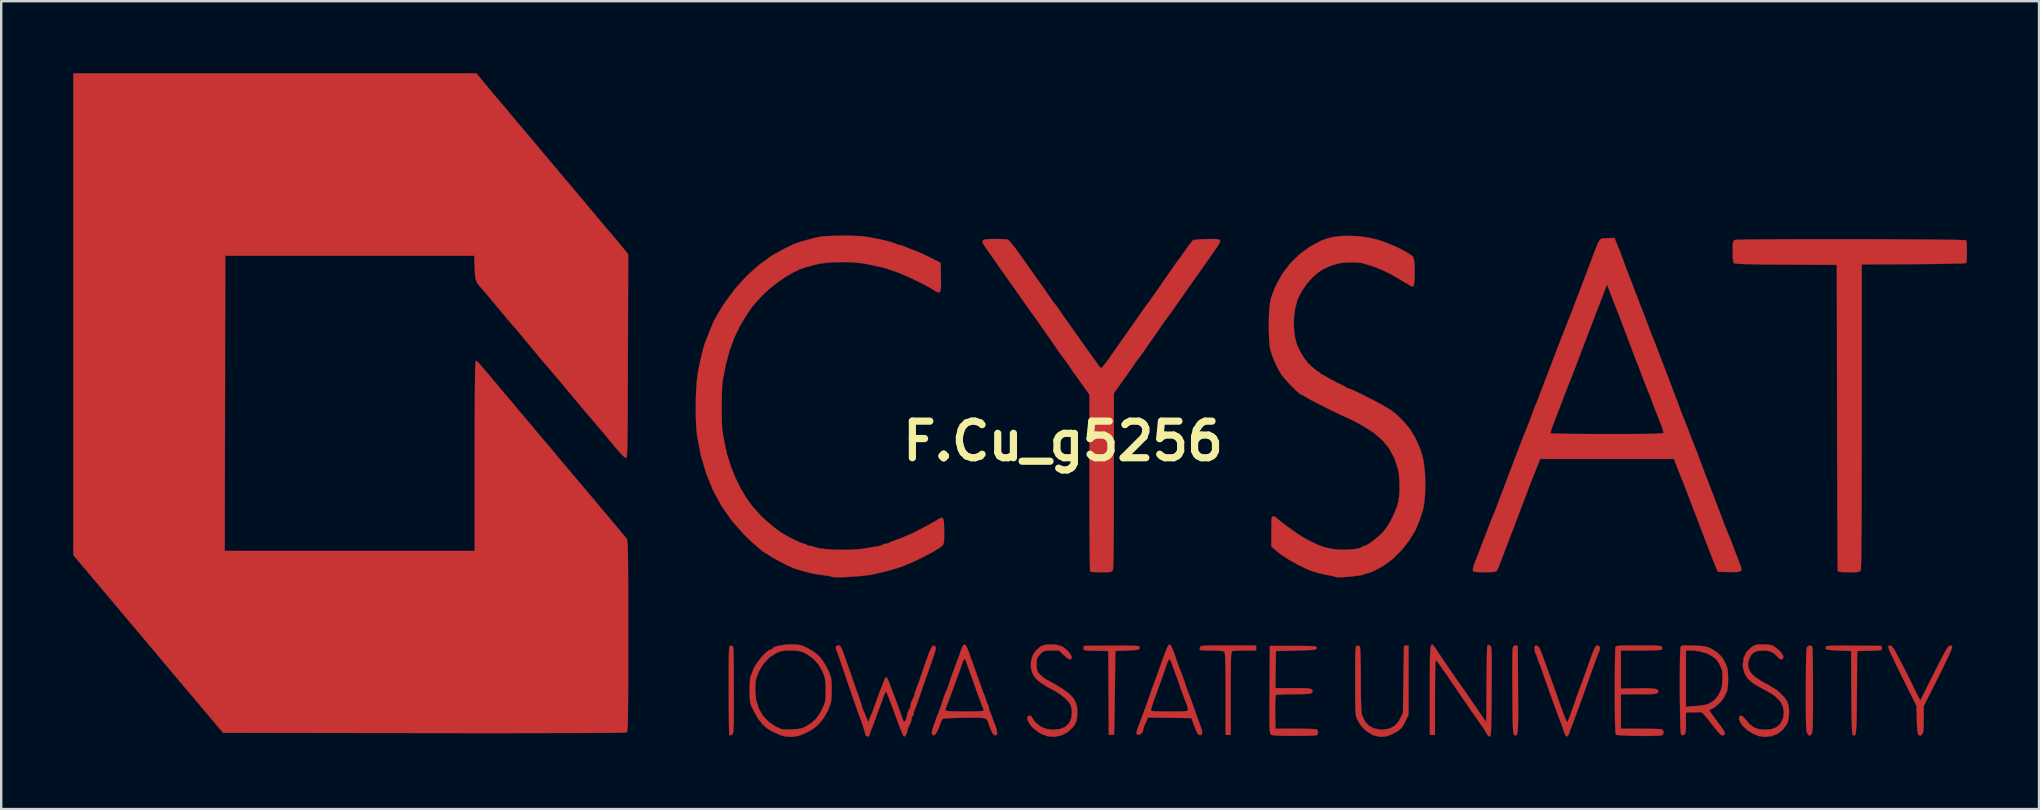
<source format=kicad_pcb>
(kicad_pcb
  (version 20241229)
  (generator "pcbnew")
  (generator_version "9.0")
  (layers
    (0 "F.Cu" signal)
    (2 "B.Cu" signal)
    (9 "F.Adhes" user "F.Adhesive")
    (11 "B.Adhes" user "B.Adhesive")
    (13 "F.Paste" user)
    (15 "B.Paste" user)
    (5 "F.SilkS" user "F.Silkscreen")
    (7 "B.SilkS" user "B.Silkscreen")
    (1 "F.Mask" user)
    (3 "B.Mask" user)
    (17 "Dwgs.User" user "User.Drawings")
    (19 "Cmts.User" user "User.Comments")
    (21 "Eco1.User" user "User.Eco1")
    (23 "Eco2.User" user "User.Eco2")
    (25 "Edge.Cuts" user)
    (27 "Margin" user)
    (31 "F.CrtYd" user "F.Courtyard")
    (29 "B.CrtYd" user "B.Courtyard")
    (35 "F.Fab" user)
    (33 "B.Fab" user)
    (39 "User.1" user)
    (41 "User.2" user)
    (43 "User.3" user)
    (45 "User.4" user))
  (footprint "F.Cu_g5256"
    (layer "F.Cu")
    (at 41.238 15.33)
    (property "Reference" "F.Cu_g5256" (at 0 0 0) (layer "F.SilkS") (effects (font (size 1.524 1.524) (thickness 0.3))))
    (attr through_hole)
    (fp_poly (pts (xy 18.851 8.517) (xy 18.944 8.53) (xy 18.955 10.356) (xy 18.958 10.816) (xy 18.959 11.199) (xy 18.958 11.51) (xy 18.954 11.757) (xy 18.948 11.946) (xy 18.937 12.084) (xy 18.923 12.178) (xy 18.903 12.234) (xy 18.878 12.259) (xy 18.847 12.26) (xy 18.81 12.243) (xy 18.795 12.233) (xy 18.779 12.213) (xy 18.766 12.168) (xy 18.755 12.092) (xy 18.746 11.976) (xy 18.739 11.814) (xy 18.733 11.597) (xy 18.728 11.319) (xy 18.724 10.972) (xy 18.72 10.549) (xy 18.72 10.49) (xy 18.718 10.112) (xy 18.717 9.757) (xy 18.717 9.433) (xy 18.719 9.152) (xy 18.722 8.922) (xy 18.726 8.754) (xy 18.731 8.658) (xy 18.733 8.644) (xy 18.761 8.548) (xy 18.81 8.515) (xy 18.851 8.517)) (stroke (width 0.01) (type solid)) (fill yes) (layer "F.Cu"))
    (fp_poly (pts (xy 2.725 8.518) (xy 2.957 8.524) (xy 3.109 8.533) (xy 3.177 8.546) (xy 3.181 8.551) (xy 3.187 8.613) (xy 3.175 8.656) (xy 3.131 8.683) (xy 3.041 8.7) (xy 2.893 8.711) (xy 2.688 8.721) (xy 2.18 8.742) (xy 2.157 10.477) (xy 2.152 10.852) (xy 2.147 11.199) (xy 2.142 11.51) (xy 2.137 11.776) (xy 2.133 11.989) (xy 2.129 12.138) (xy 2.127 12.215) (xy 2.126 12.224) (xy 2.082 12.232) (xy 2.011 12.234) (xy 1.906 12.234) (xy 1.895 10.488) (xy 1.884 8.742) (xy 1.362 8.73) (xy 1.145 8.724) (xy 0.999 8.718) (xy 0.911 8.707) (xy 0.866 8.689) (xy 0.852 8.662) (xy 0.854 8.624) (xy 0.868 8.53) (xy 2.021 8.519) (xy 2.412 8.517) (xy 2.725 8.518)) (stroke (width 0.01) (type solid)) (fill yes) (layer "F.Cu"))
    (fp_poly (pts (xy -13.768 8.54) (xy -13.742 8.576) (xy -13.736 8.632) (xy -13.731 8.763) (xy -13.727 8.96) (xy -13.723 9.214) (xy -13.719 9.516) (xy -13.717 9.857) (xy -13.716 10.227) (xy -13.716 10.416) (xy -13.716 10.85) (xy -13.717 11.208) (xy -13.718 11.496) (xy -13.721 11.723) (xy -13.726 11.896) (xy -13.732 12.022) (xy -13.74 12.111) (xy -13.751 12.169) (xy -13.765 12.203) (xy -13.782 12.223) (xy -13.795 12.231) (xy -13.87 12.255) (xy -13.901 12.247) (xy -13.907 12.2) (xy -13.912 12.078) (xy -13.916 11.888) (xy -13.92 11.64) (xy -13.924 11.342) (xy -13.926 11.003) (xy -13.927 10.631) (xy -13.928 10.365) (xy -13.928 9.92) (xy -13.927 9.553) (xy -13.926 9.255) (xy -13.923 9.02) (xy -13.919 8.841) (xy -13.914 8.709) (xy -13.906 8.617) (xy -13.896 8.559) (xy -13.884 8.527) (xy -13.868 8.512) (xy -13.849 8.509) (xy -13.848 8.509) (xy -13.768 8.54)) (stroke (width 0.01) (type solid)) (fill yes) (layer "F.Cu"))
    (fp_poly (pts (xy 31.208 8.56) (xy 31.216 8.576) (xy 31.222 8.632) (xy 31.227 8.763) (xy 31.232 8.96) (xy 31.235 9.214) (xy 31.239 9.515) (xy 31.241 9.855) (xy 31.242 10.224) (xy 31.242 10.393) (xy 31.242 10.83) (xy 31.241 11.19) (xy 31.238 11.48) (xy 31.235 11.709) (xy 31.23 11.883) (xy 31.222 12.012) (xy 31.213 12.102) (xy 31.201 12.16) (xy 31.186 12.196) (xy 31.175 12.21) (xy 31.114 12.265) (xy 31.073 12.261) (xy 31.02 12.194) (xy 31.012 12.183) (xy 30.995 12.15) (xy 30.981 12.098) (xy 30.97 12.019) (xy 30.962 11.905) (xy 30.955 11.749) (xy 30.951 11.543) (xy 30.948 11.278) (xy 30.946 10.947) (xy 30.946 10.542) (xy 30.946 10.381) (xy 30.947 9.905) (xy 30.95 9.497) (xy 30.956 9.161) (xy 30.963 8.899) (xy 30.972 8.715) (xy 30.984 8.611) (xy 30.989 8.591) (xy 31.058 8.525) (xy 31.143 8.514) (xy 31.208 8.56)) (stroke (width 0.01) (type solid)) (fill yes) (layer "F.Cu"))
    (fp_poly (pts (xy 32.825 8.518) (xy 32.946 8.519) (xy 34.099 8.53) (xy 34.113 8.624) (xy 34.115 8.663) (xy 34.1 8.69) (xy 34.054 8.707) (xy 33.964 8.718) (xy 33.815 8.725) (xy 33.605 8.73) (xy 33.084 8.742) (xy 33.072 10.462) (xy 33.069 10.909) (xy 33.065 11.279) (xy 33.06 11.577) (xy 33.053 11.811) (xy 33.043 11.988) (xy 33.03 12.115) (xy 33.013 12.198) (xy 32.992 12.245) (xy 32.965 12.262) (xy 32.933 12.256) (xy 32.903 12.24) (xy 32.889 12.209) (xy 32.877 12.131) (xy 32.868 12) (xy 32.86 11.81) (xy 32.853 11.556) (xy 32.848 11.234) (xy 32.843 10.836) (xy 32.841 10.475) (xy 32.83 8.742) (xy 32.3 8.721) (xy 32.063 8.709) (xy 31.902 8.694) (xy 31.809 8.675) (xy 31.776 8.651) (xy 31.775 8.647) (xy 31.784 8.563) (xy 31.786 8.551) (xy 31.83 8.536) (xy 31.958 8.526) (xy 32.167 8.52) (xy 32.457 8.517) (xy 32.825 8.518)) (stroke (width 0.01) (type solid)) (fill yes) (layer "F.Cu"))
    (fp_poly (pts (xy 8.043 8.721) (xy 7.581 8.721) (xy 7.386 8.723) (xy 7.218 8.729) (xy 7.099 8.738) (xy 7.052 8.746) (xy 7.035 8.76) (xy 7.022 8.792) (xy 7.011 8.85) (xy 7.002 8.942) (xy 6.995 9.074) (xy 6.991 9.255) (xy 6.988 9.493) (xy 6.986 9.794) (xy 6.985 10.166) (xy 6.985 10.503) (xy 6.985 12.234) (xy 6.773 12.234) (xy 6.773 10.528) (xy 6.773 10.07) (xy 6.77 9.691) (xy 6.767 9.386) (xy 6.761 9.149) (xy 6.753 8.974) (xy 6.744 8.856) (xy 6.731 8.79) (xy 6.723 8.771) (xy 6.65 8.745) (xy 6.495 8.728) (xy 6.261 8.721) (xy 6.2 8.721) (xy 6.009 8.719) (xy 5.851 8.713) (xy 5.743 8.705) (xy 5.705 8.697) (xy 5.695 8.642) (xy 5.703 8.591) (xy 5.713 8.567) (xy 5.735 8.548) (xy 5.777 8.534) (xy 5.851 8.523) (xy 5.964 8.516) (xy 6.127 8.512) (xy 6.35 8.51) (xy 6.641 8.509) (xy 6.884 8.509) (xy 8.043 8.509) (xy 8.043 8.721)) (stroke (width 0.01) (type solid)) (fill yes) (layer "F.Cu"))
    (fp_poly (pts (xy 14.393 11.397) (xy 14.268 11.659) (xy 14.185 11.823) (xy 14.106 11.939) (xy 14.01 12.031) (xy 13.874 12.12) (xy 13.752 12.188) (xy 13.48 12.295) (xy 13.208 12.317) (xy 12.939 12.254) (xy 12.869 12.224) (xy 12.619 12.062) (xy 12.405 11.842) (xy 12.266 11.615) (xy 12.24 11.557) (xy 12.22 11.499) (xy 12.204 11.432) (xy 12.192 11.345) (xy 12.183 11.23) (xy 12.177 11.077) (xy 12.174 10.876) (xy 12.172 10.617) (xy 12.171 10.291) (xy 12.171 9.97) (xy 12.171 9.583) (xy 12.172 9.272) (xy 12.174 9.029) (xy 12.178 8.845) (xy 12.183 8.712) (xy 12.192 8.622) (xy 12.203 8.565) (xy 12.218 8.534) (xy 12.236 8.52) (xy 12.25 8.516) (xy 12.334 8.529) (xy 12.366 8.558) (xy 12.375 8.613) (xy 12.383 8.742) (xy 12.391 8.934) (xy 12.396 9.179) (xy 12.401 9.464) (xy 12.403 9.781) (xy 12.403 9.922) (xy 12.405 10.38) (xy 12.411 10.756) (xy 12.42 11.05) (xy 12.433 11.261) (xy 12.449 11.388) (xy 12.453 11.404) (xy 12.562 11.654) (xy 12.726 11.841) (xy 12.942 11.963) (xy 13.203 12.015) (xy 13.351 12.015) (xy 13.606 11.97) (xy 13.805 11.868) (xy 13.961 11.701) (xy 14.045 11.557) (xy 14.161 11.324) (xy 14.203 8.53) (xy 14.393 8.503) (xy 14.393 11.397)) (stroke (width 0.01) (type solid)) (fill yes) (layer "F.Cu"))
    (fp_poly (pts (xy 37.021 8.525) (xy 37.042 8.59) (xy 37.042 8.591) (xy 37.023 8.65) (xy 36.971 8.774) (xy 36.889 8.953) (xy 36.783 9.178) (xy 36.657 9.439) (xy 36.515 9.725) (xy 36.449 9.858) (xy 35.856 11.036) (xy 35.856 11.59) (xy 35.854 11.828) (xy 35.848 11.996) (xy 35.835 12.107) (xy 35.814 12.176) (xy 35.79 12.21) (xy 35.734 12.263) (xy 35.699 12.268) (xy 35.645 12.235) (xy 35.618 12.201) (xy 35.598 12.13) (xy 35.584 12.01) (xy 35.575 11.829) (xy 35.569 11.612) (xy 35.556 11.028) (xy 34.966 9.84) (xy 34.82 9.545) (xy 34.687 9.272) (xy 34.572 9.03) (xy 34.479 8.83) (xy 34.413 8.682) (xy 34.379 8.595) (xy 34.375 8.578) (xy 34.4 8.522) (xy 34.47 8.517) (xy 34.509 8.534) (xy 34.556 8.583) (xy 34.617 8.671) (xy 34.697 8.806) (xy 34.801 8.998) (xy 34.935 9.254) (xy 34.998 9.377) (xy 35.123 9.622) (xy 35.234 9.841) (xy 35.325 10.024) (xy 35.391 10.158) (xy 35.427 10.234) (xy 35.432 10.247) (xy 35.451 10.293) (xy 35.5 10.392) (xy 35.569 10.525) (xy 35.575 10.535) (xy 35.716 10.8) (xy 36.284 9.665) (xy 36.452 9.332) (xy 36.587 9.068) (xy 36.694 8.866) (xy 36.778 8.717) (xy 36.842 8.616) (xy 36.89 8.553) (xy 36.928 8.523) (xy 36.947 8.517) (xy 37.021 8.525)) (stroke (width 0.01) (type solid)) (fill yes) (layer "F.Cu"))
    (fp_poly (pts (xy 24.292 8.51) (xy 24.528 8.512) (xy 24.699 8.517) (xy 24.817 8.525) (xy 24.891 8.537) (xy 24.933 8.553) (xy 24.951 8.575) (xy 24.951 8.576) (xy 24.961 8.656) (xy 24.953 8.682) (xy 24.905 8.694) (xy 24.786 8.704) (xy 24.609 8.712) (xy 24.386 8.718) (xy 24.131 8.721) (xy 24.085 8.721) (xy 23.241 8.721) (xy 23.241 10.308) (xy 23.95 10.296) (xy 24.252 10.293) (xy 24.478 10.298) (xy 24.637 10.312) (xy 24.737 10.338) (xy 24.787 10.377) (xy 24.795 10.43) (xy 24.784 10.468) (xy 24.766 10.494) (xy 24.729 10.513) (xy 24.659 10.527) (xy 24.547 10.535) (xy 24.379 10.539) (xy 24.144 10.541) (xy 23.998 10.541) (xy 23.241 10.541) (xy 23.241 11.98) (xy 24.063 11.98) (xy 24.322 11.982) (xy 24.554 11.985) (xy 24.746 11.991) (xy 24.883 11.997) (xy 24.95 12.005) (xy 24.952 12.006) (xy 25.005 12.064) (xy 25.019 12.129) (xy 24.993 12.215) (xy 24.952 12.251) (xy 24.877 12.263) (xy 24.738 12.272) (xy 24.547 12.277) (xy 24.322 12.28) (xy 24.077 12.279) (xy 23.827 12.276) (xy 23.587 12.27) (xy 23.373 12.261) (xy 23.2 12.251) (xy 23.083 12.238) (xy 23.038 12.226) (xy 23.024 12.189) (xy 23.013 12.105) (xy 23.004 11.969) (xy 22.998 11.773) (xy 22.993 11.514) (xy 22.989 11.186) (xy 22.987 10.782) (xy 22.987 10.409) (xy 22.988 10.028) (xy 22.989 9.673) (xy 22.992 9.351) (xy 22.996 9.074) (xy 23 8.848) (xy 23.005 8.685) (xy 23.01 8.592) (xy 23.013 8.576) (xy 23.03 8.554) (xy 23.071 8.537) (xy 23.144 8.525) (xy 23.261 8.517) (xy 23.431 8.512) (xy 23.666 8.51) (xy 23.974 8.509) (xy 23.982 8.509) (xy 24.292 8.51)) (stroke (width 0.01) (type solid)) (fill yes) (layer "F.Cu"))
    (fp_poly (pts (xy 9.9 8.53) (xy 10.136 8.532) (xy 10.309 8.535) (xy 10.427 8.541) (xy 10.501 8.551) (xy 10.542 8.566) (xy 10.559 8.586) (xy 10.562 8.613) (xy 10.562 8.615) (xy 10.558 8.644) (xy 10.54 8.666) (xy 10.496 8.682) (xy 10.415 8.694) (xy 10.287 8.703) (xy 10.101 8.71) (xy 9.845 8.717) (xy 9.716 8.721) (xy 8.869 8.742) (xy 8.857 9.514) (xy 8.846 10.287) (xy 9.582 10.287) (xy 9.859 10.288) (xy 10.062 10.292) (xy 10.204 10.301) (xy 10.296 10.314) (xy 10.35 10.333) (xy 10.372 10.351) (xy 10.403 10.418) (xy 10.372 10.477) (xy 10.337 10.502) (xy 10.272 10.519) (xy 10.164 10.531) (xy 10.002 10.538) (xy 9.774 10.541) (xy 9.613 10.541) (xy 9.375 10.543) (xy 9.167 10.55) (xy 9.003 10.559) (xy 8.898 10.571) (xy 8.867 10.581) (xy 8.853 10.637) (xy 8.843 10.764) (xy 8.838 10.949) (xy 8.837 11.179) (xy 8.839 11.301) (xy 8.852 11.98) (xy 9.672 11.98) (xy 9.93 11.982) (xy 10.162 11.985) (xy 10.354 11.991) (xy 10.49 11.998) (xy 10.557 12.005) (xy 10.559 12.006) (xy 10.612 12.064) (xy 10.626 12.129) (xy 10.6 12.215) (xy 10.559 12.251) (xy 10.498 12.259) (xy 10.366 12.266) (xy 10.176 12.271) (xy 9.944 12.275) (xy 9.681 12.277) (xy 9.614 12.277) (xy 9.285 12.275) (xy 9.033 12.27) (xy 8.851 12.26) (xy 8.733 12.246) (xy 8.67 12.227) (xy 8.665 12.224) (xy 8.647 12.206) (xy 8.633 12.174) (xy 8.622 12.122) (xy 8.613 12.041) (xy 8.606 11.924) (xy 8.602 11.763) (xy 8.6 11.552) (xy 8.6 11.281) (xy 8.601 10.943) (xy 8.603 10.532) (xy 8.604 10.351) (xy 8.615 8.53) (xy 9.588 8.53) (xy 9.9 8.53)) (stroke (width 0.01) (type solid)) (fill yes) (layer "F.Cu"))
    (fp_poly (pts (xy 29.348 8.471) (xy 29.472 8.488) (xy 29.569 8.523) (xy 29.651 8.573) (xy 29.818 8.703) (xy 29.937 8.831) (xy 30 8.945) (xy 30.004 9.035) (xy 29.944 9.089) (xy 29.862 9.076) (xy 29.781 8.999) (xy 29.639 8.853) (xy 29.486 8.765) (xy 29.294 8.726) (xy 29.157 8.721) (xy 28.936 8.739) (xy 28.776 8.802) (xy 28.66 8.917) (xy 28.591 9.047) (xy 28.534 9.257) (xy 28.55 9.451) (xy 28.642 9.635) (xy 28.812 9.811) (xy 29.063 9.983) (xy 29.273 10.096) (xy 29.381 10.152) (xy 29.452 10.193) (xy 29.464 10.202) (xy 29.513 10.235) (xy 29.603 10.284) (xy 29.606 10.286) (xy 29.749 10.382) (xy 29.907 10.523) (xy 30.053 10.68) (xy 30.157 10.825) (xy 30.166 10.84) (xy 30.222 11.011) (xy 30.247 11.228) (xy 30.24 11.457) (xy 30.203 11.667) (xy 30.155 11.79) (xy 29.99 12.017) (xy 29.775 12.184) (xy 29.525 12.286) (xy 29.256 12.321) (xy 28.981 12.284) (xy 28.744 12.187) (xy 28.507 12.037) (xy 28.336 11.883) (xy 28.215 11.71) (xy 28.213 11.708) (xy 28.163 11.57) (xy 28.172 11.476) (xy 28.224 11.436) (xy 28.307 11.46) (xy 28.405 11.558) (xy 28.412 11.568) (xy 28.592 11.783) (xy 28.782 11.924) (xy 29 12.001) (xy 29.252 12.023) (xy 29.523 11.995) (xy 29.733 11.912) (xy 29.886 11.77) (xy 29.893 11.76) (xy 29.995 11.551) (xy 30.03 11.319) (xy 30.001 11.088) (xy 29.907 10.88) (xy 29.829 10.784) (xy 29.74 10.695) (xy 29.658 10.623) (xy 29.569 10.557) (xy 29.457 10.486) (xy 29.306 10.401) (xy 29.103 10.292) (xy 28.992 10.234) (xy 28.716 10.064) (xy 28.519 9.882) (xy 28.392 9.678) (xy 28.33 9.443) (xy 28.321 9.292) (xy 28.357 9.021) (xy 28.467 8.793) (xy 28.65 8.606) (xy 28.667 8.593) (xy 28.766 8.527) (xy 28.857 8.489) (xy 28.968 8.472) (xy 29.13 8.467) (xy 29.168 8.467) (xy 29.348 8.471)) (stroke (width 0.01) (type solid)) (fill yes) (layer "F.Cu"))
    (fp_poly (pts (xy -0.293 8.48) (xy -0.097 8.529) (xy -0.025 8.563) (xy 0.112 8.659) (xy 0.232 8.776) (xy 0.32 8.893) (xy 0.36 8.992) (xy 0.357 9.031) (xy 0.318 9.088) (xy 0.257 9.09) (xy 0.165 9.033) (xy 0.031 8.914) (xy 0.028 8.911) (xy -0.171 8.721) (xy -0.486 8.721) (xy -0.649 8.723) (xy -0.755 8.735) (xy -0.83 8.766) (xy -0.901 8.826) (xy -0.95 8.875) (xy -1.034 8.968) (xy -1.079 9.049) (xy -1.097 9.151) (xy -1.101 9.297) (xy -1.096 9.455) (xy -1.074 9.56) (xy -1.026 9.646) (xy -0.978 9.704) (xy -0.856 9.818) (xy -0.714 9.918) (xy -0.693 9.93) (xy -0.333 10.129) (xy -0.044 10.304) (xy 0.181 10.463) (xy 0.348 10.612) (xy 0.466 10.761) (xy 0.541 10.916) (xy 0.581 11.085) (xy 0.593 11.275) (xy 0.593 11.275) (xy 0.584 11.5) (xy 0.553 11.668) (xy 0.491 11.806) (xy 0.398 11.931) (xy 0.181 12.127) (xy -0.071 12.256) (xy -0.342 12.315) (xy -0.617 12.3) (xy -0.847 12.223) (xy -0.97 12.159) (xy -1.065 12.1) (xy -1.092 12.078) (xy -1.174 12.008) (xy -1.224 11.971) (xy -1.318 11.881) (xy -1.406 11.76) (xy -1.471 11.636) (xy -1.496 11.535) (xy -1.494 11.515) (xy -1.443 11.446) (xy -1.368 11.435) (xy -1.304 11.485) (xy -1.293 11.51) (xy -1.226 11.625) (xy -1.107 11.752) (xy -0.96 11.868) (xy -0.832 11.941) (xy -0.646 11.997) (xy -0.428 12.021) (xy -0.409 12.022) (xy -0.13 11.992) (xy 0.09 11.901) (xy 0.249 11.753) (xy 0.343 11.551) (xy 0.371 11.299) (xy 0.354 11.131) (xy 0.323 11.009) (xy 0.26 10.899) (xy 0.149 10.774) (xy 0.108 10.732) (xy -0.048 10.599) (xy -0.229 10.471) (xy -0.361 10.394) (xy -0.662 10.234) (xy -0.908 10.077) (xy -1.091 9.933) (xy -1.157 9.864) (xy -1.283 9.654) (xy -1.341 9.418) (xy -1.335 9.174) (xy -1.268 8.94) (xy -1.143 8.733) (xy -0.963 8.572) (xy -0.902 8.536) (xy -0.73 8.483) (xy -0.515 8.464) (xy -0.293 8.48)) (stroke (width 0.01) (type solid)) (fill yes) (layer "F.Cu"))
    (fp_poly (pts (xy 32.306 -8.416) (xy 32.86 -8.415) (xy 33.413 -8.414) (xy 33.959 -8.413) (xy 34.492 -8.411) (xy 35.004 -8.408) (xy 35.489 -8.405) (xy 35.941 -8.402) (xy 36.353 -8.398) (xy 36.718 -8.394) (xy 37.031 -8.389) (xy 37.284 -8.384) (xy 37.471 -8.379) (xy 37.585 -8.373) (xy 37.62 -8.368) (xy 37.636 -8.311) (xy 37.647 -8.192) (xy 37.653 -8.033) (xy 37.655 -7.857) (xy 37.651 -7.685) (xy 37.643 -7.541) (xy 37.63 -7.446) (xy 37.62 -7.422) (xy 37.572 -7.415) (xy 37.448 -7.408) (xy 37.255 -7.401) (xy 37.001 -7.395) (xy 36.696 -7.389) (xy 36.346 -7.384) (xy 35.961 -7.379) (xy 35.547 -7.376) (xy 35.429 -7.375) (xy 33.274 -7.364) (xy 33.274 -1.033) (xy 33.274 -0.049) (xy 33.273 0.852) (xy 33.272 1.669) (xy 33.27 2.404) (xy 33.267 3.055) (xy 33.264 3.626) (xy 33.26 4.115) (xy 33.256 4.523) (xy 33.252 4.851) (xy 33.246 5.1) (xy 33.24 5.27) (xy 33.234 5.362) (xy 33.23 5.379) (xy 33.202 5.416) (xy 33.154 5.44) (xy 33.069 5.454) (xy 32.932 5.46) (xy 32.742 5.461) (xy 32.52 5.457) (xy 32.373 5.446) (xy 32.295 5.425) (xy 32.278 5.408) (xy 32.275 5.36) (xy 32.273 5.233) (xy 32.27 5.03) (xy 32.268 4.756) (xy 32.266 4.417) (xy 32.263 4.016) (xy 32.261 3.558) (xy 32.258 3.049) (xy 32.256 2.492) (xy 32.254 1.893) (xy 32.252 1.256) (xy 32.25 0.586) (xy 32.249 -0.113) (xy 32.248 -0.835) (xy 32.247 -0.995) (xy 32.237 -7.345) (xy 30.124 -7.356) (xy 29.585 -7.359) (xy 29.128 -7.364) (xy 28.751 -7.37) (xy 28.449 -7.377) (xy 28.222 -7.385) (xy 28.065 -7.395) (xy 27.976 -7.406) (xy 27.954 -7.414) (xy 27.926 -7.468) (xy 27.908 -7.582) (xy 27.899 -7.764) (xy 27.898 -7.899) (xy 27.899 -8.098) (xy 27.906 -8.23) (xy 27.92 -8.31) (xy 27.946 -8.356) (xy 27.981 -8.381) (xy 28.034 -8.387) (xy 28.164 -8.393) (xy 28.366 -8.397) (xy 28.632 -8.402) (xy 28.957 -8.405) (xy 29.333 -8.408) (xy 29.754 -8.411) (xy 30.213 -8.413) (xy 30.705 -8.414) (xy 31.222 -8.415) (xy 31.757 -8.416) (xy 32.306 -8.416)) (stroke (width 0.01) (type solid)) (fill yes) (layer "F.Cu"))
    (fp_poly (pts (xy 15.398 8.482) (xy 15.443 8.526) (xy 15.498 8.601) (xy 15.565 8.7) (xy 15.599 8.752) (xy 15.715 8.927) (xy 15.852 9.129) (xy 16 9.347) (xy 16.151 9.568) (xy 16.298 9.782) (xy 16.431 9.975) (xy 16.543 10.135) (xy 16.626 10.252) (xy 16.671 10.312) (xy 16.674 10.316) (xy 16.727 10.385) (xy 16.793 10.484) (xy 16.794 10.486) (xy 16.844 10.562) (xy 16.933 10.693) (xy 17.048 10.862) (xy 17.181 11.054) (xy 17.251 11.156) (xy 17.632 11.705) (xy 17.642 10.139) (xy 17.645 9.781) (xy 17.649 9.45) (xy 17.654 9.153) (xy 17.658 8.902) (xy 17.663 8.706) (xy 17.668 8.575) (xy 17.673 8.518) (xy 17.674 8.518) (xy 17.709 8.485) (xy 17.78 8.509) (xy 17.8 8.522) (xy 17.817 8.542) (xy 17.831 8.576) (xy 17.841 8.632) (xy 17.849 8.717) (xy 17.854 8.84) (xy 17.858 9.007) (xy 17.859 9.226) (xy 17.859 9.504) (xy 17.858 9.85) (xy 17.855 10.271) (xy 17.855 10.426) (xy 17.852 10.878) (xy 17.848 11.253) (xy 17.844 11.557) (xy 17.84 11.798) (xy 17.834 11.983) (xy 17.827 12.118) (xy 17.818 12.211) (xy 17.807 12.269) (xy 17.794 12.3) (xy 17.78 12.309) (xy 17.721 12.28) (xy 17.646 12.183) (xy 17.612 12.123) (xy 17.544 12.002) (xy 17.484 11.908) (xy 17.461 11.879) (xy 17.428 11.835) (xy 17.355 11.732) (xy 17.249 11.581) (xy 17.118 11.392) (xy 16.968 11.176) (xy 16.809 10.944) (xy 16.646 10.707) (xy 16.487 10.475) (xy 16.34 10.26) (xy 16.212 10.072) (xy 16.111 9.921) (xy 16.044 9.819) (xy 16.023 9.786) (xy 15.976 9.717) (xy 15.956 9.694) (xy 15.922 9.651) (xy 15.855 9.556) (xy 15.767 9.427) (xy 15.741 9.388) (xy 15.65 9.259) (xy 15.575 9.168) (xy 15.529 9.129) (xy 15.522 9.13) (xy 15.516 9.177) (xy 15.51 9.3) (xy 15.505 9.488) (xy 15.5 9.731) (xy 15.497 10.021) (xy 15.495 10.347) (xy 15.494 10.696) (xy 15.494 12.234) (xy 15.282 12.234) (xy 15.282 10.351) (xy 15.282 9.876) (xy 15.283 9.482) (xy 15.285 9.161) (xy 15.291 8.908) (xy 15.3 8.719) (xy 15.314 8.587) (xy 15.335 8.507) (xy 15.362 8.474) (xy 15.398 8.482)) (stroke (width 0.01) (type solid)) (fill yes) (layer "F.Cu"))
    (fp_poly (pts (xy 22.346 8.543) (xy 22.376 8.625) (xy 22.355 8.712) (xy 22.334 8.754) (xy 22.307 8.819) (xy 22.269 8.915) (xy 22.219 9.05) (xy 22.152 9.233) (xy 22.065 9.473) (xy 21.956 9.778) (xy 21.865 10.033) (xy 21.772 10.292) (xy 21.683 10.539) (xy 21.605 10.758) (xy 21.542 10.93) (xy 21.503 11.038) (xy 21.439 11.211) (xy 21.368 11.406) (xy 21.332 11.504) (xy 21.278 11.65) (xy 21.231 11.773) (xy 21.207 11.832) (xy 21.172 11.924) (xy 21.127 12.054) (xy 21.11 12.107) (xy 21.053 12.247) (xy 20.998 12.304) (xy 20.944 12.277) (xy 20.887 12.166) (xy 20.851 12.056) (xy 20.805 11.908) (xy 20.764 11.788) (xy 20.74 11.726) (xy 20.708 11.653) (xy 20.66 11.531) (xy 20.623 11.43) (xy 20.542 11.207) (xy 20.45 10.953) (xy 20.352 10.681) (xy 20.254 10.408) (xy 20.16 10.145) (xy 20.076 9.909) (xy 20.007 9.712) (xy 19.957 9.569) (xy 19.935 9.504) (xy 19.894 9.388) (xy 19.86 9.305) (xy 19.853 9.292) (xy 19.826 9.228) (xy 19.788 9.117) (xy 19.77 9.059) (xy 19.729 8.937) (xy 19.69 8.849) (xy 19.678 8.829) (xy 19.654 8.761) (xy 19.643 8.653) (xy 19.643 8.646) (xy 19.651 8.549) (xy 19.685 8.515) (xy 19.732 8.517) (xy 19.796 8.551) (xy 19.859 8.644) (xy 19.919 8.784) (xy 19.971 8.92) (xy 20.043 9.116) (xy 20.13 9.354) (xy 20.225 9.617) (xy 20.324 9.889) (xy 20.418 10.153) (xy 20.504 10.392) (xy 20.574 10.59) (xy 20.622 10.729) (xy 20.63 10.753) (xy 20.708 10.978) (xy 20.803 11.236) (xy 20.869 11.409) (xy 20.936 11.574) (xy 20.98 11.67) (xy 21.008 11.706) (xy 21.025 11.692) (xy 21.027 11.684) (xy 21.059 11.592) (xy 21.081 11.536) (xy 21.119 11.438) (xy 21.163 11.313) (xy 21.167 11.303) (xy 21.211 11.179) (xy 21.25 11.076) (xy 21.253 11.07) (xy 21.284 10.987) (xy 21.33 10.854) (xy 21.378 10.71) (xy 21.43 10.557) (xy 21.476 10.426) (xy 21.504 10.351) (xy 21.562 10.203) (xy 21.645 9.981) (xy 21.752 9.688) (xy 21.879 9.33) (xy 21.908 9.25) (xy 22.001 8.988) (xy 22.072 8.796) (xy 22.126 8.663) (xy 22.169 8.579) (xy 22.206 8.532) (xy 22.241 8.512) (xy 22.27 8.509) (xy 22.346 8.543)) (stroke (width 0.01) (type solid)) (fill yes) (layer "F.Cu"))
    (fp_poly (pts (xy 26.053 8.51) (xy 26.263 8.516) (xy 26.489 8.525) (xy 26.653 8.537) (xy 26.776 8.558) (xy 26.881 8.59) (xy 26.991 8.638) (xy 27.021 8.653) (xy 27.255 8.802) (xy 27.442 8.989) (xy 27.548 9.157) (xy 27.598 9.265) (xy 27.648 9.372) (xy 27.678 9.482) (xy 27.697 9.649) (xy 27.706 9.849) (xy 27.704 10.055) (xy 27.692 10.242) (xy 27.669 10.384) (xy 27.654 10.43) (xy 27.593 10.558) (xy 27.548 10.654) (xy 27.466 10.778) (xy 27.34 10.917) (xy 27.196 11.045) (xy 27.064 11.134) (xy 27.045 11.143) (xy 26.961 11.186) (xy 26.924 11.217) (xy 26.924 11.218) (xy 26.948 11.258) (xy 27.014 11.352) (xy 27.113 11.488) (xy 27.234 11.652) (xy 27.269 11.698) (xy 27.407 11.884) (xy 27.499 12.016) (xy 27.552 12.104) (xy 27.572 12.162) (xy 27.565 12.2) (xy 27.548 12.221) (xy 27.504 12.254) (xy 27.457 12.258) (xy 27.398 12.225) (xy 27.318 12.149) (xy 27.21 12.022) (xy 27.064 11.836) (xy 26.996 11.747) (xy 26.863 11.578) (xy 26.746 11.438) (xy 26.654 11.337) (xy 26.599 11.289) (xy 26.592 11.286) (xy 26.527 11.289) (xy 26.404 11.293) (xy 26.25 11.297) (xy 26.247 11.297) (xy 25.95 11.303) (xy 25.95 11.746) (xy 25.949 11.947) (xy 25.942 12.08) (xy 25.928 12.161) (xy 25.903 12.207) (xy 25.867 12.233) (xy 25.794 12.253) (xy 25.744 12.201) (xy 25.74 12.195) (xy 25.731 12.137) (xy 25.723 12.005) (xy 25.716 11.811) (xy 25.71 11.564) (xy 25.705 11.278) (xy 25.701 10.962) (xy 25.698 10.627) (xy 25.696 10.285) (xy 25.696 9.946) (xy 25.697 9.622) (xy 25.699 9.324) (xy 25.703 9.062) (xy 25.708 8.848) (xy 25.713 8.721) (xy 25.95 8.721) (xy 25.95 11.062) (xy 26.343 11.036) (xy 26.536 11.018) (xy 26.715 10.991) (xy 26.849 10.96) (xy 26.883 10.949) (xy 27.113 10.808) (xy 27.293 10.6) (xy 27.421 10.331) (xy 27.448 10.208) (xy 27.465 10.041) (xy 27.473 9.857) (xy 27.469 9.684) (xy 27.454 9.548) (xy 27.437 9.493) (xy 27.396 9.406) (xy 27.343 9.287) (xy 27.334 9.264) (xy 27.221 9.099) (xy 27.04 8.955) (xy 26.808 8.839) (xy 26.54 8.759) (xy 26.252 8.722) (xy 26.181 8.721) (xy 25.95 8.721) (xy 25.713 8.721) (xy 25.714 8.692) (xy 25.723 8.606) (xy 25.724 8.6) (xy 25.738 8.558) (xy 25.763 8.531) (xy 25.814 8.515) (xy 25.906 8.509) (xy 26.053 8.51)) (stroke (width 0.01) (type solid)) (fill yes) (layer "F.Cu"))
    (fp_poly (pts (xy -11.142 8.47) (xy -11 8.485) (xy -10.874 8.519) (xy -10.728 8.581) (xy -10.646 8.619) (xy -10.36 8.786) (xy -10.143 8.979) (xy -10.004 9.159) (xy -9.869 9.379) (xy -9.754 9.608) (xy -9.677 9.812) (xy -9.669 9.842) (xy -9.651 9.971) (xy -9.64 10.155) (xy -9.638 10.367) (xy -9.643 10.581) (xy -9.656 10.77) (xy -9.676 10.907) (xy -9.681 10.927) (xy -9.797 11.227) (xy -9.961 11.515) (xy -10.154 11.758) (xy -10.185 11.79) (xy -10.294 11.892) (xy -10.393 11.973) (xy -10.503 12.043) (xy -10.645 12.118) (xy -10.84 12.211) (xy -10.882 12.23) (xy -11.103 12.297) (xy -11.355 12.32) (xy -11.601 12.298) (xy -11.79 12.24) (xy -11.94 12.17) (xy -12.09 12.102) (xy -12.113 12.092) (xy -12.322 11.972) (xy -12.511 11.805) (xy -12.688 11.581) (xy -12.86 11.291) (xy -13.014 10.97) (xy -13.035 10.878) (xy -13.049 10.724) (xy -13.057 10.531) (xy -13.058 10.372) (xy -12.827 10.372) (xy -12.791 10.771) (xy -12.684 11.126) (xy -12.509 11.434) (xy -12.267 11.691) (xy -11.962 11.894) (xy -11.726 11.997) (xy -11.657 12.006) (xy -11.526 12.011) (xy -11.36 12.01) (xy -11.303 12.009) (xy -11.077 11.994) (xy -10.906 11.963) (xy -10.761 11.908) (xy -10.747 11.902) (xy -10.487 11.746) (xy -10.281 11.552) (xy -10.109 11.299) (xy -10.052 11.19) (xy -9.979 11.039) (xy -9.932 10.92) (xy -9.905 10.807) (xy -9.892 10.673) (xy -9.888 10.491) (xy -9.888 10.416) (xy -9.894 10.145) (xy -9.915 9.923) (xy -9.946 9.779) (xy -10.05 9.536) (xy -10.195 9.301) (xy -10.362 9.103) (xy -10.466 9.014) (xy -10.659 8.881) (xy -10.821 8.795) (xy -10.979 8.746) (xy -11.163 8.725) (xy -11.346 8.721) (xy -11.547 8.724) (xy -11.693 8.739) (xy -11.814 8.769) (xy -11.938 8.822) (xy -11.961 8.833) (xy -12.241 9.016) (xy -12.478 9.27) (xy -12.669 9.587) (xy -12.779 9.867) (xy -12.802 9.982) (xy -12.819 10.149) (xy -12.827 10.335) (xy -12.827 10.372) (xy -13.058 10.372) (xy -13.058 10.322) (xy -13.053 10.118) (xy -13.041 9.941) (xy -13.024 9.815) (xy -13.011 9.775) (xy -12.962 9.663) (xy -12.911 9.532) (xy -12.908 9.525) (xy -12.835 9.371) (xy -12.726 9.203) (xy -12.596 9.035) (xy -12.459 8.883) (xy -12.328 8.764) (xy -12.218 8.692) (xy -12.165 8.678) (xy -12.112 8.658) (xy -12.107 8.644) (xy -12.068 8.598) (xy -11.962 8.553) (xy -11.806 8.514) (xy -11.62 8.484) (xy -11.42 8.468) (xy -11.334 8.466) (xy -11.142 8.47)) (stroke (width 0.01) (type solid)) (fill yes) (layer "F.Cu"))
    (fp_poly (pts (xy 4.464 8.483) (xy 4.509 8.544) (xy 4.563 8.663) (xy 4.633 8.847) (xy 4.723 9.103) (xy 4.744 9.165) (xy 4.796 9.314) (xy 4.842 9.44) (xy 4.867 9.504) (xy 4.933 9.669) (xy 5.009 9.875) (xy 5.081 10.081) (xy 5.107 10.16) (xy 5.153 10.294) (xy 5.193 10.406) (xy 5.205 10.435) (xy 5.253 10.557) (xy 5.324 10.745) (xy 5.412 10.989) (xy 5.514 11.275) (xy 5.546 11.367) (xy 5.612 11.555) (xy 5.675 11.731) (xy 5.725 11.869) (xy 5.739 11.907) (xy 5.779 12.03) (xy 5.799 12.131) (xy 5.8 12.146) (xy 5.77 12.227) (xy 5.7 12.25) (xy 5.623 12.206) (xy 5.623 12.206) (xy 5.581 12.135) (xy 5.525 12.009) (xy 5.464 11.855) (xy 5.457 11.838) (xy 5.348 11.536) (xy 4.441 11.524) (xy 3.535 11.513) (xy 3.479 11.651) (xy 3.429 11.768) (xy 3.385 11.861) (xy 3.384 11.863) (xy 3.349 11.965) (xy 3.343 12.012) (xy 3.315 12.115) (xy 3.248 12.194) (xy 3.167 12.232) (xy 3.092 12.217) (xy 3.068 12.189) (xy 3.059 12.146) (xy 3.073 12.069) (xy 3.116 11.942) (xy 3.175 11.79) (xy 3.212 11.692) (xy 3.256 11.567) (xy 3.26 11.557) (xy 3.304 11.433) (xy 3.342 11.33) (xy 3.345 11.324) (xy 3.39 11.206) (xy 3.663 11.206) (xy 3.669 11.232) (xy 3.673 11.236) (xy 3.721 11.244) (xy 3.84 11.251) (xy 4.015 11.256) (xy 4.234 11.26) (xy 4.452 11.261) (xy 4.722 11.26) (xy 4.919 11.258) (xy 5.054 11.252) (xy 5.139 11.243) (xy 5.185 11.228) (xy 5.204 11.206) (xy 5.207 11.182) (xy 5.188 11.085) (xy 5.132 10.916) (xy 5.041 10.677) (xy 4.994 10.562) (xy 4.963 10.479) (xy 4.916 10.346) (xy 4.868 10.202) (xy 4.817 10.049) (xy 4.771 9.918) (xy 4.743 9.842) (xy 4.71 9.758) (xy 4.66 9.626) (xy 4.615 9.504) (xy 4.537 9.289) (xy 4.482 9.151) (xy 4.44 9.091) (xy 4.401 9.108) (xy 4.355 9.204) (xy 4.292 9.378) (xy 4.246 9.511) (xy 4.155 9.769) (xy 4.051 10.061) (xy 3.95 10.343) (xy 3.894 10.499) (xy 3.801 10.754) (xy 3.736 10.942) (xy 3.693 11.072) (xy 3.67 11.157) (xy 3.663 11.206) (xy 3.39 11.206) (xy 3.462 11.018) (xy 3.574 10.699) (xy 3.598 10.626) (xy 3.654 10.459) (xy 3.713 10.295) (xy 3.739 10.223) (xy 3.776 10.126) (xy 3.834 9.967) (xy 3.907 9.764) (xy 3.99 9.533) (xy 4.046 9.377) (xy 4.13 9.143) (xy 4.209 8.929) (xy 4.276 8.752) (xy 4.326 8.627) (xy 4.347 8.58) (xy 4.388 8.509) (xy 4.426 8.474) (xy 4.464 8.483)) (stroke (width 0.01) (type solid)) (fill yes) (layer "F.Cu"))
    (fp_poly (pts (xy -4.046 8.523) (xy -3.98 8.65) (xy -3.9 8.858) (xy -3.885 8.901) (xy -3.803 9.13) (xy -3.707 9.4) (xy -3.611 9.668) (xy -3.556 9.821) (xy -3.485 10.018) (xy -3.424 10.191) (xy -3.378 10.323) (xy -3.356 10.393) (xy -3.323 10.483) (xy -3.304 10.52) (xy -3.275 10.584) (xy -3.235 10.696) (xy -3.218 10.753) (xy -3.176 10.875) (xy -3.138 10.963) (xy -3.125 10.983) (xy -3.096 11.056) (xy -3.09 11.113) (xy -3.075 11.204) (xy -3.057 11.242) (xy -3.023 11.305) (xy -2.981 11.414) (xy -2.969 11.451) (xy -2.926 11.581) (xy -2.885 11.688) (xy -2.878 11.705) (xy -2.807 11.886) (xy -2.762 12.047) (xy -2.746 12.166) (xy -2.759 12.221) (xy -2.828 12.259) (xy -2.903 12.213) (xy -2.983 12.083) (xy -3.069 11.868) (xy -3.096 11.79) (xy -3.125 11.7) (xy -3.153 11.632) (xy -3.193 11.583) (xy -3.254 11.55) (xy -3.35 11.53) (xy -3.489 11.521) (xy -3.686 11.519) (xy -3.949 11.522) (xy -4.118 11.524) (xy -4.422 11.529) (xy -4.652 11.535) (xy -4.818 11.544) (xy -4.93 11.555) (xy -4.999 11.57) (xy -5.034 11.589) (xy -5.041 11.599) (xy -5.073 11.67) (xy -5.121 11.794) (xy -5.173 11.931) (xy -5.253 12.116) (xy -5.331 12.225) (xy -5.403 12.255) (xy -5.453 12.223) (xy -5.47 12.145) (xy -5.441 12.005) (xy -5.433 11.98) (xy -5.378 11.816) (xy -5.309 11.622) (xy -5.238 11.43) (xy -5.178 11.275) (xy -5.163 11.239) (xy -5.156 11.22) (xy -4.911 11.22) (xy -4.87 11.234) (xy -4.753 11.246) (xy -4.57 11.254) (xy -4.329 11.259) (xy -4.106 11.261) (xy -3.815 11.259) (xy -3.599 11.255) (xy -3.449 11.248) (xy -3.356 11.236) (xy -3.31 11.22) (xy -3.302 11.206) (xy -3.326 11.124) (xy -3.336 11.11) (xy -3.369 11.047) (xy -3.411 10.938) (xy -3.423 10.901) (xy -3.467 10.771) (xy -3.507 10.664) (xy -3.514 10.647) (xy -3.55 10.555) (xy -3.597 10.425) (xy -3.615 10.372) (xy -3.657 10.249) (xy -3.718 10.075) (xy -3.79 9.877) (xy -3.833 9.758) (xy -3.903 9.566) (xy -3.966 9.39) (xy -4.014 9.253) (xy -4.033 9.197) (xy -4.07 9.105) (xy -4.102 9.06) (xy -4.105 9.059) (xy -4.134 9.095) (xy -4.174 9.185) (xy -4.186 9.218) (xy -4.233 9.353) (xy -4.291 9.518) (xy -4.321 9.599) (xy -4.386 9.776) (xy -4.457 9.97) (xy -4.487 10.054) (xy -4.584 10.321) (xy -4.657 10.521) (xy -4.712 10.671) (xy -4.754 10.783) (xy -4.788 10.872) (xy -4.819 10.952) (xy -4.853 11.037) (xy -4.863 11.062) (xy -4.897 11.159) (xy -4.911 11.22) (xy -5.156 11.22) (xy -5.132 11.157) (xy -5.086 11.023) (xy -5.038 10.88) (xy -4.985 10.724) (xy -4.938 10.588) (xy -4.908 10.509) (xy -4.858 10.388) (xy -4.829 10.319) (xy -4.795 10.23) (xy -4.747 10.092) (xy -4.699 9.948) (xy -4.647 9.795) (xy -4.601 9.664) (xy -4.572 9.588) (xy -4.535 9.494) (xy -4.491 9.365) (xy -4.481 9.335) (xy -4.441 9.218) (xy -4.408 9.136) (xy -4.401 9.123) (xy -4.376 9.064) (xy -4.334 8.949) (xy -4.282 8.799) (xy -4.274 8.774) (xy -4.21 8.6) (xy -4.155 8.5) (xy -4.102 8.473) (xy -4.046 8.523)) (stroke (width 0.01) (type solid)) (fill yes) (layer "F.Cu"))
    (fp_poly (pts (xy -9.332 8.509) (xy -9.308 8.516) (xy -9.283 8.536) (xy -9.255 8.579) (xy -9.221 8.651) (xy -9.176 8.761) (xy -9.118 8.917) (xy -9.043 9.126) (xy -8.947 9.397) (xy -8.828 9.737) (xy -8.784 9.864) (xy -8.704 10.092) (xy -8.618 10.335) (xy -8.539 10.555) (xy -8.506 10.65) (xy -8.449 10.811) (xy -8.406 10.945) (xy -8.384 11.028) (xy -8.382 11.042) (xy -8.364 11.121) (xy -8.345 11.166) (xy -8.3 11.263) (xy -8.266 11.345) (xy -8.191 11.525) (xy -8.135 11.642) (xy -8.099 11.691) (xy -8.088 11.673) (xy -8.067 11.57) (xy -8.048 11.525) (xy -7.94 11.28) (xy -7.859 11.049) (xy -7.811 10.91) (xy -7.747 10.732) (xy -7.684 10.562) (xy -7.612 10.376) (xy -7.538 10.185) (xy -7.484 10.044) (xy -7.432 9.922) (xy -7.387 9.842) (xy -7.365 9.821) (xy -7.335 9.858) (xy -7.286 9.955) (xy -7.23 10.091) (xy -7.224 10.107) (xy -7.164 10.269) (xy -7.085 10.479) (xy -7 10.706) (xy -6.942 10.858) (xy -6.865 11.066) (xy -6.792 11.266) (xy -6.732 11.433) (xy -6.7 11.525) (xy -6.659 11.64) (xy -6.628 11.686) (xy -6.597 11.675) (xy -6.578 11.652) (xy -6.531 11.563) (xy -6.52 11.515) (xy -6.504 11.43) (xy -6.469 11.312) (xy -6.426 11.196) (xy -6.387 11.117) (xy -6.379 11.106) (xy -6.354 11.043) (xy -6.35 10.999) (xy -6.345 10.94) (xy -6.323 10.871) (xy -6.275 10.768) (xy -6.23 10.679) (xy -6.191 10.58) (xy -6.181 10.52) (xy -6.161 10.428) (xy -6.14 10.382) (xy -6.111 10.315) (xy -6.063 10.185) (xy -6 10.012) (xy -5.932 9.813) (xy -5.927 9.8) (xy -5.804 9.438) (xy -5.703 9.149) (xy -5.622 8.925) (xy -5.558 8.759) (xy -5.507 8.643) (xy -5.466 8.569) (xy -5.432 8.529) (xy -5.407 8.517) (xy -5.332 8.538) (xy -5.307 8.572) (xy -5.301 8.595) (xy -5.302 8.629) (xy -5.311 8.681) (xy -5.332 8.759) (xy -5.366 8.872) (xy -5.418 9.027) (xy -5.488 9.233) (xy -5.581 9.498) (xy -5.697 9.83) (xy -5.776 10.054) (xy -5.861 10.295) (xy -5.94 10.522) (xy -6.008 10.718) (xy -6.058 10.864) (xy -6.078 10.922) (xy -6.125 11.053) (xy -6.169 11.159) (xy -6.182 11.186) (xy -6.218 11.292) (xy -6.223 11.342) (xy -6.242 11.424) (xy -6.265 11.451) (xy -6.301 11.511) (xy -6.308 11.56) (xy -6.313 11.622) (xy -6.334 11.691) (xy -6.381 11.793) (xy -6.428 11.885) (xy -6.466 11.979) (xy -6.477 12.035) (xy -6.494 12.119) (xy -6.535 12.212) (xy -6.583 12.285) (xy -6.62 12.306) (xy -6.636 12.294) (xy -6.657 12.262) (xy -6.687 12.2) (xy -6.728 12.102) (xy -6.785 11.958) (xy -6.86 11.76) (xy -6.956 11.5) (xy -7.078 11.17) (xy -7.092 11.134) (xy -7.175 10.912) (xy -7.249 10.718) (xy -7.31 10.566) (xy -7.351 10.47) (xy -7.365 10.444) (xy -7.395 10.46) (xy -7.438 10.538) (xy -7.469 10.613) (xy -7.529 10.779) (xy -7.597 10.965) (xy -7.623 11.038) (xy -7.687 11.211) (xy -7.758 11.406) (xy -7.793 11.504) (xy -7.862 11.691) (xy -7.911 11.822) (xy -7.95 11.92) (xy -7.987 12.008) (xy -7.993 12.023) (xy -8.034 12.136) (xy -8.052 12.213) (xy -8.092 12.294) (xy -8.155 12.31) (xy -8.215 12.261) (xy -8.237 12.205) (xy -8.268 12.086) (xy -8.318 11.923) (xy -8.375 11.748) (xy -8.429 11.593) (xy -8.468 11.493) (xy -8.493 11.427) (xy -8.542 11.293) (xy -8.609 11.103) (xy -8.69 10.872) (xy -8.782 10.61) (xy -8.879 10.33) (xy -8.977 10.045) (xy -9.071 9.768) (xy -9.159 9.511) (xy -9.234 9.286) (xy -9.254 9.229) (xy -9.318 9.038) (xy -9.378 8.871) (xy -9.424 8.746) (xy -9.447 8.693) (xy -9.471 8.588) (xy -9.427 8.524) (xy -9.36 8.509) (xy -9.332 8.509)) (stroke (width 0.01) (type solid)) (fill yes) (layer "F.Cu"))
    (fp_poly (pts (xy -2.647 -8.421) (xy -2.477 -8.415) (xy -2.354 -8.407) (xy -2.307 -8.4) (xy -2.254 -8.358) (xy -2.163 -8.259) (xy -2.048 -8.116) (xy -1.917 -7.943) (xy -1.863 -7.867) (xy -1.631 -7.539) (xy -1.442 -7.272) (xy -1.291 -7.058) (xy -1.171 -6.889) (xy -1.078 -6.757) (xy -1.004 -6.654) (xy -0.945 -6.571) (xy -0.923 -6.54) (xy -0.842 -6.425) (xy -0.733 -6.269) (xy -0.616 -6.1) (xy -0.584 -6.054) (xy -0.485 -5.911) (xy -0.403 -5.797) (xy -0.35 -5.727) (xy -0.339 -5.715) (xy -0.304 -5.673) (xy -0.234 -5.577) (xy -0.141 -5.446) (xy -0.093 -5.376) (xy -0.000053 -5.241) (xy 0.125 -5.062) (xy 0.273 -4.851) (xy 0.437 -4.619) (xy 0.608 -4.378) (xy 0.778 -4.138) (xy 0.939 -3.912) (xy 1.084 -3.71) (xy 1.204 -3.544) (xy 1.29 -3.425) (xy 1.335 -3.365) (xy 1.408 -3.265) (xy 1.472 -3.164) (xy 1.535 -3.083) (xy 1.59 -3.048) (xy 1.591 -3.048) (xy 1.633 -3.081) (xy 1.71 -3.171) (xy 1.814 -3.306) (xy 1.933 -3.472) (xy 1.955 -3.503) (xy 2.103 -3.716) (xy 2.279 -3.967) (xy 2.462 -4.228) (xy 2.631 -4.467) (xy 2.646 -4.487) (xy 2.801 -4.707) (xy 2.963 -4.936) (xy 3.113 -5.15) (xy 3.234 -5.325) (xy 3.255 -5.355) (xy 3.357 -5.502) (xy 3.442 -5.622) (xy 3.498 -5.698) (xy 3.513 -5.715) (xy 3.546 -5.758) (xy 3.624 -5.866) (xy 3.744 -6.035) (xy 3.903 -6.262) (xy 4.098 -6.542) (xy 4.326 -6.87) (xy 4.566 -7.218) (xy 4.669 -7.365) (xy 4.755 -7.485) (xy 4.812 -7.56) (xy 4.827 -7.578) (xy 4.862 -7.621) (xy 4.93 -7.716) (xy 5.018 -7.844) (xy 5.039 -7.874) (xy 5.134 -8.013) (xy 5.217 -8.128) (xy 5.272 -8.198) (xy 5.278 -8.204) (xy 5.347 -8.29) (xy 5.372 -8.331) (xy 5.401 -8.362) (xy 5.457 -8.383) (xy 5.554 -8.398) (xy 5.706 -8.409) (xy 5.927 -8.416) (xy 5.96 -8.417) (xy 6.188 -8.422) (xy 6.345 -8.421) (xy 6.445 -8.413) (xy 6.502 -8.397) (xy 6.529 -8.372) (xy 6.534 -8.361) (xy 6.541 -8.342) (xy 6.543 -8.322) (xy 6.536 -8.292) (xy 6.515 -8.248) (xy 6.476 -8.183) (xy 6.415 -8.089) (xy 6.328 -7.96) (xy 6.21 -7.79) (xy 6.057 -7.573) (xy 5.865 -7.301) (xy 5.63 -6.968) (xy 5.567 -6.879) (xy 5.378 -6.612) (xy 5.193 -6.35) (xy 5.021 -6.105) (xy 4.872 -5.892) (xy 4.755 -5.724) (xy 4.69 -5.63) (xy 4.592 -5.488) (xy 4.51 -5.373) (xy 4.458 -5.304) (xy 4.447 -5.292) (xy 4.413 -5.249) (xy 4.333 -5.139) (xy 4.21 -4.965) (xy 4.046 -4.73) (xy 3.842 -4.438) (xy 3.601 -4.09) (xy 3.392 -3.789) (xy 3.289 -3.642) (xy 3.204 -3.522) (xy 3.147 -3.446) (xy 3.132 -3.429) (xy 3.096 -3.385) (xy 3.029 -3.292) (xy 2.964 -3.196) (xy 2.886 -3.082) (xy 2.772 -2.919) (xy 2.637 -2.727) (xy 2.496 -2.528) (xy 2.469 -2.491) (xy 2.117 -1.997) (xy 2.117 1.65) (xy 2.116 2.402) (xy 2.115 3.069) (xy 2.112 3.652) (xy 2.108 4.15) (xy 2.104 4.564) (xy 2.098 4.893) (xy 2.091 5.138) (xy 2.083 5.298) (xy 2.075 5.374) (xy 2.073 5.379) (xy 2.044 5.416) (xy 1.995 5.44) (xy 1.91 5.454) (xy 1.771 5.46) (xy 1.593 5.461) (xy 1.409 5.458) (xy 1.257 5.451) (xy 1.157 5.441) (xy 1.129 5.433) (xy 1.125 5.387) (xy 1.121 5.263) (xy 1.117 5.067) (xy 1.113 4.804) (xy 1.11 4.481) (xy 1.107 4.104) (xy 1.105 3.68) (xy 1.103 3.214) (xy 1.102 2.712) (xy 1.101 2.182) (xy 1.101 1.736) (xy 1.101 -1.932) (xy 0.806 -2.353) (xy 0.688 -2.519) (xy 0.587 -2.662) (xy 0.512 -2.766) (xy 0.475 -2.815) (xy 0.436 -2.869) (xy 0.364 -2.972) (xy 0.273 -3.105) (xy 0.255 -3.133) (xy 0.164 -3.265) (xy 0.09 -3.369) (xy 0.047 -3.425) (xy 0.043 -3.429) (xy 0.009 -3.471) (xy -0.061 -3.567) (xy -0.155 -3.699) (xy -0.217 -3.789) (xy -0.479 -4.167) (xy -0.708 -4.497) (xy -0.902 -4.775) (xy -1.058 -4.997) (xy -1.173 -5.16) (xy -1.245 -5.259) (xy -1.271 -5.292) (xy -1.307 -5.336) (xy -1.373 -5.428) (xy -1.439 -5.524) (xy -1.514 -5.633) (xy -1.625 -5.793) (xy -1.761 -5.986) (xy -1.908 -6.196) (xy -1.987 -6.308) (xy -2.128 -6.506) (xy -2.256 -6.686) (xy -2.36 -6.833) (xy -2.432 -6.934) (xy -2.456 -6.969) (xy -2.506 -7.04) (xy -2.591 -7.161) (xy -2.699 -7.314) (xy -2.783 -7.434) (xy -2.915 -7.622) (xy -3.051 -7.816) (xy -3.17 -7.985) (xy -3.22 -8.056) (xy -3.312 -8.196) (xy -3.357 -8.295) (xy -3.346 -8.36) (xy -3.274 -8.399) (xy -3.132 -8.418) (xy -2.915 -8.424) (xy -2.842 -8.424) (xy -2.647 -8.421)) (stroke (width 0.01) (type solid)) (fill yes) (layer "F.Cu"))
    (fp_poly (pts (xy 12.395 -8.529) (xy 12.791 -8.47) (xy 13.159 -8.38) (xy 13.356 -8.312) (xy 13.484 -8.261) (xy 13.591 -8.219) (xy 13.61 -8.212) (xy 13.815 -8.125) (xy 14.027 -8.024) (xy 14.228 -7.917) (xy 14.401 -7.816) (xy 14.528 -7.73) (xy 14.586 -7.676) (xy 14.613 -7.599) (xy 14.634 -7.464) (xy 14.646 -7.288) (xy 14.651 -7.091) (xy 14.649 -6.892) (xy 14.64 -6.71) (xy 14.624 -6.563) (xy 14.6 -6.471) (xy 14.582 -6.449) (xy 14.503 -6.456) (xy 14.441 -6.493) (xy 14.372 -6.546) (xy 14.338 -6.562) (xy 14.291 -6.583) (xy 14.193 -6.64) (xy 14.061 -6.72) (xy 14.023 -6.745) (xy 13.717 -6.924) (xy 13.386 -7.09) (xy 13.062 -7.227) (xy 12.848 -7.301) (xy 12.696 -7.348) (xy 12.564 -7.39) (xy 12.497 -7.414) (xy 12.413 -7.43) (xy 12.269 -7.442) (xy 12.089 -7.45) (xy 11.985 -7.451) (xy 11.705 -7.44) (xy 11.459 -7.402) (xy 11.216 -7.33) (xy 10.945 -7.215) (xy 10.854 -7.172) (xy 10.614 -7.019) (xy 10.372 -6.802) (xy 10.144 -6.542) (xy 9.947 -6.256) (xy 9.796 -5.964) (xy 9.757 -5.863) (xy 9.669 -5.528) (xy 9.62 -5.159) (xy 9.612 -4.782) (xy 9.644 -4.422) (xy 9.717 -4.105) (xy 9.742 -4.032) (xy 9.874 -3.743) (xy 10.035 -3.475) (xy 10.209 -3.249) (xy 10.353 -3.111) (xy 10.46 -3.025) (xy 10.544 -2.952) (xy 10.567 -2.932) (xy 10.636 -2.885) (xy 10.665 -2.879) (xy 10.708 -2.848) (xy 10.71 -2.836) (xy 10.742 -2.795) (xy 10.752 -2.794) (xy 10.807 -2.773) (xy 10.91 -2.719) (xy 11.016 -2.655) (xy 11.179 -2.561) (xy 11.372 -2.46) (xy 11.515 -2.391) (xy 11.652 -2.325) (xy 11.755 -2.269) (xy 11.803 -2.234) (xy 11.804 -2.233) (xy 11.853 -2.203) (xy 11.87 -2.201) (xy 11.942 -2.182) (xy 12.074 -2.127) (xy 12.253 -2.045) (xy 12.466 -1.942) (xy 12.699 -1.825) (xy 12.939 -1.701) (xy 13.171 -1.576) (xy 13.384 -1.458) (xy 13.563 -1.353) (xy 13.695 -1.269) (xy 13.854 -1.144) (xy 14.031 -0.98) (xy 14.207 -0.798) (xy 14.364 -0.617) (xy 14.484 -0.458) (xy 14.527 -0.385) (xy 14.575 -0.299) (xy 14.606 -0.254) (xy 14.645 -0.193) (xy 14.705 -0.073) (xy 14.775 0.082) (xy 14.847 0.252) (xy 14.91 0.416) (xy 14.936 0.487) (xy 15.004 0.755) (xy 15.053 1.079) (xy 15.083 1.439) (xy 15.092 1.813) (xy 15.082 2.183) (xy 15.052 2.528) (xy 15.001 2.827) (xy 14.944 3.027) (xy 14.911 3.122) (xy 14.869 3.25) (xy 14.859 3.281) (xy 14.687 3.695) (xy 14.443 4.107) (xy 14.141 4.497) (xy 13.793 4.851) (xy 13.53 5.066) (xy 13.369 5.175) (xy 13.186 5.283) (xy 13.001 5.379) (xy 12.835 5.454) (xy 12.707 5.497) (xy 12.663 5.503) (xy 12.577 5.524) (xy 12.55 5.542) (xy 12.486 5.566) (xy 12.36 5.592) (xy 12.19 5.616) (xy 11.996 5.638) (xy 11.796 5.655) (xy 11.611 5.666) (xy 11.46 5.668) (xy 11.363 5.661) (xy 11.338 5.651) (xy 11.284 5.63) (xy 11.174 5.605) (xy 11.085 5.589) (xy 10.863 5.547) (xy 10.623 5.489) (xy 10.4 5.423) (xy 10.227 5.359) (xy 9.798 5.155) (xy 9.405 4.935) (xy 9.063 4.709) (xy 8.795 4.493) (xy 8.678 4.387) (xy 8.678 3.76) (xy 8.679 3.517) (xy 8.682 3.347) (xy 8.689 3.236) (xy 8.701 3.172) (xy 8.721 3.142) (xy 8.75 3.133) (xy 8.761 3.133) (xy 8.841 3.151) (xy 8.868 3.173) (xy 8.916 3.221) (xy 9.019 3.306) (xy 9.162 3.417) (xy 9.329 3.543) (xy 9.507 3.672) (xy 9.678 3.793) (xy 9.829 3.896) (xy 9.945 3.969) (xy 9.945 3.97) (xy 10.294 4.164) (xy 10.598 4.31) (xy 10.875 4.412) (xy 11.143 4.478) (xy 11.421 4.513) (xy 11.529 4.52) (xy 11.752 4.523) (xy 11.973 4.512) (xy 12.173 4.49) (xy 12.336 4.458) (xy 12.442 4.421) (xy 12.471 4.397) (xy 12.528 4.364) (xy 12.56 4.36) (xy 12.64 4.333) (xy 12.763 4.259) (xy 12.914 4.152) (xy 13.073 4.025) (xy 13.225 3.889) (xy 13.352 3.76) (xy 13.498 3.566) (xy 13.647 3.318) (xy 13.784 3.044) (xy 13.896 2.771) (xy 13.968 2.529) (xy 13.971 2.519) (xy 14.005 2.276) (xy 14.02 1.987) (xy 14.016 1.684) (xy 13.994 1.398) (xy 13.954 1.161) (xy 13.95 1.145) (xy 13.799 0.699) (xy 13.59 0.311) (xy 13.319 -0.026) (xy 12.981 -0.321) (xy 12.727 -0.494) (xy 12.425 -0.675) (xy 12.107 -0.847) (xy 11.805 -0.991) (xy 11.769 -1.007) (xy 11.613 -1.077) (xy 11.412 -1.171) (xy 11.182 -1.282) (xy 10.941 -1.402) (xy 10.704 -1.521) (xy 10.489 -1.631) (xy 10.312 -1.725) (xy 10.191 -1.793) (xy 10.17 -1.806) (xy 10.047 -1.88) (xy 9.952 -1.931) (xy 9.91 -1.947) (xy 9.859 -1.977) (xy 9.766 -2.056) (xy 9.644 -2.171) (xy 9.508 -2.308) (xy 9.37 -2.454) (xy 9.244 -2.593) (xy 9.145 -2.713) (xy 9.106 -2.765) (xy 8.961 -3.007) (xy 8.823 -3.292) (xy 8.707 -3.583) (xy 8.632 -3.831) (xy 8.604 -4.008) (xy 8.585 -4.262) (xy 8.575 -4.596) (xy 8.573 -4.868) (xy 8.578 -5.217) (xy 8.592 -5.5) (xy 8.619 -5.739) (xy 8.664 -5.954) (xy 8.731 -6.163) (xy 8.823 -6.387) (xy 8.897 -6.55) (xy 9.159 -7.009) (xy 9.486 -7.429) (xy 9.869 -7.8) (xy 10.297 -8.112) (xy 10.758 -8.354) (xy 10.943 -8.427) (xy 11.244 -8.505) (xy 11.6 -8.547) (xy 11.991 -8.555) (xy 12.395 -8.529)) (stroke (width 0.01) (type solid)) (fill yes) (layer "F.Cu"))
    (fp_poly (pts (xy -8.827 -8.558) (xy -8.548 -8.547) (xy -8.314 -8.531) (xy -8.17 -8.512) (xy -7.777 -8.439) (xy -7.461 -8.372) (xy -7.214 -8.31) (xy -7.031 -8.25) (xy -6.933 -8.208) (xy -6.837 -8.175) (xy -6.795 -8.17) (xy -6.703 -8.151) (xy -6.656 -8.131) (xy -6.583 -8.098) (xy -6.454 -8.046) (xy -6.297 -7.987) (xy -6.265 -7.975) (xy -6.087 -7.905) (xy -5.868 -7.809) (xy -5.643 -7.704) (xy -5.524 -7.645) (xy -5.101 -7.429) (xy -5.089 -6.825) (xy -5.086 -6.564) (xy -5.09 -6.378) (xy -5.108 -6.262) (xy -5.145 -6.205) (xy -5.206 -6.201) (xy -5.296 -6.241) (xy -5.421 -6.318) (xy -5.424 -6.32) (xy -5.609 -6.428) (xy -5.849 -6.555) (xy -6.121 -6.691) (xy -6.402 -6.823) (xy -6.669 -6.94) (xy -6.897 -7.032) (xy -6.943 -7.049) (xy -7.156 -7.124) (xy -7.307 -7.176) (xy -7.414 -7.211) (xy -7.494 -7.233) (xy -7.565 -7.249) (xy -7.599 -7.256) (xy -7.697 -7.276) (xy -7.851 -7.31) (xy -8.033 -7.35) (xy -8.107 -7.367) (xy -8.385 -7.415) (xy -8.713 -7.446) (xy -9.068 -7.461) (xy -9.428 -7.459) (xy -9.769 -7.441) (xy -10.069 -7.406) (xy -10.266 -7.366) (xy -10.444 -7.319) (xy -10.606 -7.276) (xy -10.724 -7.245) (xy -10.739 -7.241) (xy -10.983 -7.155) (xy -11.265 -7.017) (xy -11.569 -6.838) (xy -11.875 -6.629) (xy -12.168 -6.402) (xy -12.43 -6.168) (xy -12.531 -6.066) (xy -12.699 -5.887) (xy -12.823 -5.75) (xy -12.921 -5.635) (xy -13.006 -5.524) (xy -13.094 -5.396) (xy -13.202 -5.233) (xy -13.215 -5.213) (xy -13.479 -4.767) (xy -13.701 -4.301) (xy -13.885 -3.798) (xy -14.037 -3.245) (xy -14.162 -2.626) (xy -14.178 -2.535) (xy -14.194 -2.39) (xy -14.206 -2.181) (xy -14.216 -1.926) (xy -14.221 -1.644) (xy -14.223 -1.351) (xy -14.221 -1.065) (xy -14.215 -0.805) (xy -14.206 -0.588) (xy -14.192 -0.431) (xy -14.186 -0.394) (xy -14.158 -0.242) (xy -14.125 -0.052) (xy -14.097 0.106) (xy -13.995 0.564) (xy -13.846 1.036) (xy -13.66 1.504) (xy -13.443 1.948) (xy -13.205 2.352) (xy -12.955 2.697) (xy -12.848 2.818) (xy -12.795 2.877) (xy -12.713 2.969) (xy -12.678 3.009) (xy -12.526 3.166) (xy -12.33 3.346) (xy -12.115 3.529) (xy -11.907 3.693) (xy -11.73 3.817) (xy -11.726 3.819) (xy -11.566 3.913) (xy -11.384 4.012) (xy -11.196 4.107) (xy -11.023 4.188) (xy -10.883 4.247) (xy -10.793 4.275) (xy -10.782 4.276) (xy -10.707 4.299) (xy -10.689 4.318) (xy -10.631 4.351) (xy -10.559 4.36) (xy -10.446 4.376) (xy -10.382 4.4) (xy -10.255 4.442) (xy -10.06 4.477) (xy -9.812 4.503) (xy -9.53 4.52) (xy -9.228 4.527) (xy -8.922 4.524) (xy -8.63 4.51) (xy -8.366 4.485) (xy -8.213 4.462) (xy -8.025 4.429) (xy -7.849 4.398) (xy -7.716 4.377) (xy -7.694 4.374) (xy -7.585 4.35) (xy -7.517 4.32) (xy -7.511 4.314) (xy -7.455 4.283) (xy -7.393 4.276) (xy -7.3 4.261) (xy -7.258 4.24) (xy -7.197 4.207) (xy -7.086 4.16) (xy -7.006 4.131) (xy -6.85 4.076) (xy -6.728 4.031) (xy -6.609 3.982) (xy -6.461 3.918) (xy -6.351 3.869) (xy -6.212 3.803) (xy -6.029 3.711) (xy -5.824 3.604) (xy -5.616 3.493) (xy -5.428 3.389) (xy -5.279 3.304) (xy -5.207 3.259) (xy -5.114 3.204) (xy -5.047 3.188) (xy -5.002 3.22) (xy -4.974 3.308) (xy -4.959 3.46) (xy -4.954 3.685) (xy -4.954 3.782) (xy -4.954 3.995) (xy -4.958 4.141) (xy -4.969 4.236) (xy -4.991 4.299) (xy -5.026 4.345) (xy -5.069 4.385) (xy -5.187 4.471) (xy -5.366 4.579) (xy -5.589 4.703) (xy -5.84 4.833) (xy -6.101 4.961) (xy -6.357 5.078) (xy -6.588 5.175) (xy -6.773 5.243) (xy -7.052 5.331) (xy -7.279 5.397) (xy -7.482 5.447) (xy -7.535 5.459) (xy -7.698 5.496) (xy -7.852 5.533) (xy -7.916 5.548) (xy -8.042 5.572) (xy -8.22 5.595) (xy -8.434 5.617) (xy -8.669 5.636) (xy -8.908 5.652) (xy -9.136 5.663) (xy -9.336 5.669) (xy -9.494 5.668) (xy -9.593 5.66) (xy -9.617 5.652) (xy -9.669 5.634) (xy -9.783 5.612) (xy -9.934 5.59) (xy -9.955 5.587) (xy -10.288 5.54) (xy -10.583 5.48) (xy -10.88 5.398) (xy -11.024 5.355) (xy -11.146 5.318) (xy -11.197 5.303) (xy -11.282 5.269) (xy -11.418 5.205) (xy -11.587 5.121) (xy -11.768 5.028) (xy -11.943 4.935) (xy -12.093 4.852) (xy -12.198 4.789) (xy -12.234 4.763) (xy -12.303 4.712) (xy -12.336 4.699) (xy -12.394 4.671) (xy -12.5 4.595) (xy -12.642 4.481) (xy -12.807 4.34) (xy -12.984 4.182) (xy -13.159 4.017) (xy -13.305 3.873) (xy -13.795 3.319) (xy -14.217 2.718) (xy -14.571 2.07) (xy -14.859 1.371) (xy -15.081 0.621) (xy -15.239 -0.183) (xy -15.246 -0.233) (xy -15.273 -0.485) (xy -15.291 -0.8) (xy -15.3 -1.156) (xy -15.3 -1.531) (xy -15.293 -1.905) (xy -15.276 -2.255) (xy -15.252 -2.559) (xy -15.227 -2.756) (xy -15.188 -2.982) (xy -15.138 -3.23) (xy -15.083 -3.482) (xy -15.026 -3.718) (xy -14.973 -3.921) (xy -14.928 -4.07) (xy -14.906 -4.128) (xy -14.874 -4.204) (xy -14.82 -4.336) (xy -14.756 -4.5) (xy -14.728 -4.572) (xy -14.656 -4.752) (xy -14.585 -4.917) (xy -14.527 -5.041) (xy -14.512 -5.069) (xy -14.397 -5.274) (xy -14.305 -5.432) (xy -14.22 -5.57) (xy -14.125 -5.717) (xy -14.054 -5.822) (xy -13.631 -6.387) (xy -13.163 -6.899) (xy -12.659 -7.35) (xy -12.127 -7.733) (xy -11.575 -8.04) (xy -11.557 -8.048) (xy -11.411 -8.117) (xy -11.29 -8.174) (xy -11.22 -8.208) (xy -11.218 -8.208) (xy -11.108 -8.251) (xy -10.939 -8.306) (xy -10.736 -8.366) (xy -10.52 -8.425) (xy -10.318 -8.475) (xy -10.151 -8.511) (xy -10.139 -8.513) (xy -9.959 -8.535) (xy -9.716 -8.55) (xy -9.432 -8.559) (xy -9.129 -8.561) (xy -8.827 -8.558)) (stroke (width 0.01) (type solid)) (fill yes) (layer "F.Cu"))
    (fp_poly (pts (xy -23.979 -14.767) (xy -23.824 -14.58) (xy -23.686 -14.415) (xy -23.574 -14.282) (xy -23.5 -14.194) (xy -23.474 -14.164) (xy -23.431 -14.114) (xy -23.347 -14.015) (xy -23.233 -13.88) (xy -23.114 -13.738) (xy -22.979 -13.576) (xy -22.855 -13.428) (xy -22.757 -13.312) (xy -22.706 -13.251) (xy -22.268 -12.732) (xy -21.875 -12.266) (xy -21.53 -11.856) (xy -21.421 -11.725) (xy -21.239 -11.509) (xy -21.043 -11.276) (xy -20.843 -11.038) (xy -20.648 -10.807) (xy -20.469 -10.595) (xy -20.316 -10.414) (xy -20.199 -10.276) (xy -20.136 -10.202) (xy -20.077 -10.133) (xy -19.977 -10.013) (xy -19.846 -9.856) (xy -19.697 -9.678) (xy -19.623 -9.588) (xy -19.438 -9.366) (xy -19.232 -9.122) (xy -19.031 -8.884) (xy -18.857 -8.68) (xy -18.837 -8.657) (xy -18.681 -8.474) (xy -18.526 -8.289) (xy -18.391 -8.126) (xy -18.296 -8.008) (xy -18.118 -7.781) (xy -18.129 -3.541) (xy -18.131 -2.846) (xy -18.133 -2.23) (xy -18.135 -1.689) (xy -18.137 -1.219) (xy -18.139 -0.814) (xy -18.142 -0.469) (xy -18.146 -0.181) (xy -18.149 0.057) (xy -18.154 0.248) (xy -18.159 0.398) (xy -18.165 0.512) (xy -18.172 0.593) (xy -18.18 0.648) (xy -18.189 0.68) (xy -18.2 0.696) (xy -18.208 0.699) (xy -18.267 0.667) (xy -18.371 0.57) (xy -18.521 0.408) (xy -18.718 0.179) (xy -18.963 -0.118) (xy -18.965 -0.122) (xy -19.065 -0.243) (xy -19.155 -0.352) (xy -19.191 -0.395) (xy -19.262 -0.479) (xy -19.362 -0.596) (xy -19.431 -0.677) (xy -19.538 -0.803) (xy -19.638 -0.919) (xy -19.685 -0.974) (xy -19.782 -1.087) (xy -19.926 -1.257) (xy -20.11 -1.476) (xy -20.328 -1.736) (xy -20.572 -2.028) (xy -20.799 -2.3) (xy -20.896 -2.417) (xy -20.985 -2.522) (xy -21.012 -2.554) (xy -21.081 -2.636) (xy -21.18 -2.753) (xy -21.266 -2.854) (xy -21.364 -2.97) (xy -21.444 -3.063) (xy -21.484 -3.108) (xy -21.532 -3.163) (xy -21.623 -3.271) (xy -21.747 -3.418) (xy -21.892 -3.592) (xy -22.049 -3.781) (xy -22.147 -3.898) (xy -22.248 -4.02) (xy -22.34 -4.129) (xy -22.38 -4.177) (xy -22.455 -4.265) (xy -22.551 -4.382) (xy -22.591 -4.431) (xy -22.692 -4.552) (xy -22.788 -4.666) (xy -22.816 -4.699) (xy -22.915 -4.813) (xy -23.001 -4.911) (xy -23.063 -4.984) (xy -23.166 -5.106) (xy -23.297 -5.263) (xy -23.445 -5.439) (xy -23.597 -5.621) (xy -23.742 -5.794) (xy -23.866 -5.943) (xy -23.958 -6.055) (xy -24.003 -6.11) (xy -24.076 -6.196) (xy -24.166 -6.299) (xy -24.172 -6.306) (xy -24.301 -6.45) (xy -24.389 -6.564) (xy -24.446 -6.671) (xy -24.479 -6.793) (xy -24.498 -6.951) (xy -24.509 -7.169) (xy -24.511 -7.213) (xy -24.532 -7.726) (xy -34.904 -7.726) (xy -34.915 -1.577) (xy -34.925 4.572) (xy -24.511 4.572) (xy -24.511 0.614) (xy -24.511 -0.103) (xy -24.51 -0.738) (xy -24.508 -1.296) (xy -24.506 -1.778) (xy -24.503 -2.189) (xy -24.499 -2.532) (xy -24.495 -2.81) (xy -24.489 -3.026) (xy -24.483 -3.184) (xy -24.476 -3.286) (xy -24.468 -3.337) (xy -24.463 -3.344) (xy -24.437 -3.34) (xy -24.404 -3.318) (xy -24.354 -3.27) (xy -24.277 -3.184) (xy -24.162 -3.05) (xy -24.073 -2.945) (xy -23.949 -2.798) (xy -23.82 -2.645) (xy -23.749 -2.56) (xy -23.63 -2.419) (xy -23.5 -2.263) (xy -23.446 -2.198) (xy -23.362 -2.096) (xy -23.287 -2.008) (xy -23.204 -1.911) (xy -23.094 -1.783) (xy -23.016 -1.693) (xy -22.941 -1.605) (xy -22.837 -1.479) (xy -22.734 -1.354) (xy -22.637 -1.236) (xy -22.561 -1.146) (xy -22.523 -1.101) (xy -22.522 -1.101) (xy -22.489 -1.062) (xy -22.411 -0.971) (xy -22.299 -0.837) (xy -22.162 -0.674) (xy -22.077 -0.572) (xy -21.86 -0.313) (xy -21.691 -0.111) (xy -21.561 0.042) (xy -21.466 0.153) (xy -21.399 0.228) (xy -21.352 0.283) (xy -21.27 0.382) (xy -21.169 0.505) (xy -21.166 0.508) (xy -21.056 0.642) (xy -20.953 0.766) (xy -20.885 0.846) (xy -20.825 0.917) (xy -20.723 1.037) (xy -20.592 1.192) (xy -20.445 1.366) (xy -20.398 1.421) (xy -20.166 1.697) (xy -19.981 1.915) (xy -19.838 2.085) (xy -19.73 2.212) (xy -19.651 2.306) (xy -19.594 2.373) (xy -19.572 2.399) (xy -19.5 2.485) (xy -19.403 2.603) (xy -19.349 2.669) (xy -19.258 2.778) (xy -19.185 2.864) (xy -19.158 2.895) (xy -19.117 2.942) (xy -19.031 3.043) (xy -18.913 3.183) (xy -18.772 3.352) (xy -18.69 3.45) (xy -18.538 3.632) (xy -18.401 3.796) (xy -18.288 3.929) (xy -18.213 4.017) (xy -18.193 4.04) (xy -18.18 4.058) (xy -18.169 4.085) (xy -18.16 4.127) (xy -18.151 4.188) (xy -18.144 4.274) (xy -18.138 4.39) (xy -18.133 4.541) (xy -18.129 4.732) (xy -18.126 4.968) (xy -18.123 5.255) (xy -18.122 5.597) (xy -18.12 5.999) (xy -18.119 6.467) (xy -18.119 7.006) (xy -18.119 7.621) (xy -18.119 8.113) (xy -18.119 8.785) (xy -18.119 9.378) (xy -18.12 9.895) (xy -18.12 10.344) (xy -18.122 10.728) (xy -18.124 11.052) (xy -18.127 11.322) (xy -18.13 11.543) (xy -18.134 11.719) (xy -18.139 11.856) (xy -18.146 11.959) (xy -18.153 12.033) (xy -18.161 12.083) (xy -18.171 12.114) (xy -18.183 12.131) (xy -18.193 12.138) (xy -18.242 12.141) (xy -18.372 12.144) (xy -18.578 12.147) (xy -18.857 12.149) (xy -19.204 12.152) (xy -19.615 12.154) (xy -20.086 12.156) (xy -20.614 12.158) (xy -21.193 12.159) (xy -21.821 12.16) (xy -22.492 12.161) (xy -23.204 12.162) (xy -23.951 12.162) (xy -24.729 12.162) (xy -25.535 12.161) (xy -26.365 12.16) (xy -26.631 12.16) (xy -34.996 12.149) (xy -35.394 11.676) (xy -35.633 11.393) (xy -35.865 11.118) (xy -36.082 10.86) (xy -36.278 10.628) (xy -36.444 10.432) (xy -36.574 10.279) (xy -36.659 10.18) (xy -36.675 10.16) (xy -36.729 10.097) (xy -36.827 9.981) (xy -36.961 9.821) (xy -37.122 9.629) (xy -37.301 9.416) (xy -37.387 9.313) (xy -37.596 9.064) (xy -37.816 8.802) (xy -38.031 8.546) (xy -38.224 8.316) (xy -38.381 8.13) (xy -38.401 8.107) (xy -38.578 7.897) (xy -38.786 7.65) (xy -39.002 7.394) (xy -39.201 7.157) (xy -39.239 7.112) (xy -39.527 6.77) (xy -39.768 6.483) (xy -39.972 6.241) (xy -40.145 6.035) (xy -40.296 5.856) (xy -40.434 5.693) (xy -40.565 5.537) (xy -40.699 5.379) (xy -40.797 5.264) (xy -41.233 4.749) (xy -41.233 -15.325) (xy -24.441 -15.325) (xy -23.979 -14.767)) (stroke (width 0.01) (type solid)) (fill yes) (layer "F.Cu"))
    (fp_poly (pts (xy 23.028 -8.331) (xy 23.086 -8.188) (xy 23.143 -8.052) (xy 23.194 -7.928) (xy 23.253 -7.771) (xy 23.28 -7.692) (xy 23.324 -7.57) (xy 23.39 -7.392) (xy 23.471 -7.178) (xy 23.557 -6.952) (xy 23.577 -6.9) (xy 23.67 -6.659) (xy 23.765 -6.412) (xy 23.852 -6.185) (xy 23.92 -6.007) (xy 23.926 -5.99) (xy 23.989 -5.822) (xy 24.046 -5.674) (xy 24.085 -5.573) (xy 24.092 -5.556) (xy 24.14 -5.435) (xy 24.168 -5.366) (xy 24.2 -5.284) (xy 24.252 -5.147) (xy 24.316 -4.98) (xy 24.342 -4.911) (xy 24.421 -4.701) (xy 24.476 -4.553) (xy 24.516 -4.45) (xy 24.545 -4.376) (xy 24.571 -4.314) (xy 24.587 -4.276) (xy 24.615 -4.206) (xy 24.67 -4.067) (xy 24.746 -3.869) (xy 24.84 -3.624) (xy 24.949 -3.341) (xy 25.067 -3.031) (xy 25.192 -2.705) (xy 25.318 -2.371) (xy 25.407 -2.138) (xy 25.47 -1.972) (xy 25.525 -1.828) (xy 25.563 -1.731) (xy 25.569 -1.714) (xy 25.602 -1.631) (xy 25.651 -1.498) (xy 25.696 -1.376) (xy 25.753 -1.223) (xy 25.805 -1.088) (xy 25.833 -1.016) (xy 25.882 -0.895) (xy 25.914 -0.815) (xy 25.961 -0.694) (xy 25.989 -0.624) (xy 26.021 -0.543) (xy 26.073 -0.406) (xy 26.136 -0.239) (xy 26.163 -0.169) (xy 26.232 0.011) (xy 26.297 0.177) (xy 26.348 0.302) (xy 26.36 0.33) (xy 26.411 0.454) (xy 26.47 0.611) (xy 26.498 0.69) (xy 26.541 0.812) (xy 26.608 0.99) (xy 26.688 1.204) (xy 26.775 1.43) (xy 26.795 1.482) (xy 26.888 1.723) (xy 26.983 1.97) (xy 27.069 2.197) (xy 27.137 2.375) (xy 27.143 2.392) (xy 27.207 2.56) (xy 27.263 2.708) (xy 27.302 2.809) (xy 27.309 2.826) (xy 27.371 2.982) (xy 27.413 3.089) (xy 27.445 3.176) (xy 27.474 3.26) (xy 27.522 3.392) (xy 27.567 3.51) (xy 27.569 3.514) (xy 27.616 3.629) (xy 27.645 3.704) (xy 27.681 3.793) (xy 27.735 3.921) (xy 27.761 3.979) (xy 27.821 4.125) (xy 27.89 4.306) (xy 27.939 4.441) (xy 28.008 4.627) (xy 28.09 4.84) (xy 28.157 5.009) (xy 28.228 5.189) (xy 28.261 5.314) (xy 28.246 5.394) (xy 28.176 5.437) (xy 28.042 5.454) (xy 27.834 5.454) (xy 27.757 5.452) (xy 27.284 5.44) (xy 27.215 5.292) (xy 27.183 5.215) (xy 27.125 5.071) (xy 27.046 4.87) (xy 26.95 4.624) (xy 26.842 4.344) (xy 26.726 4.042) (xy 26.694 3.958) (xy 26.514 3.488) (xy 26.351 3.063) (xy 26.208 2.688) (xy 26.086 2.369) (xy 25.987 2.112) (xy 25.915 1.922) (xy 25.87 1.805) (xy 25.867 1.799) (xy 25.826 1.695) (xy 25.787 1.598) (xy 25.725 1.448) (xy 25.672 1.314) (xy 25.613 1.162) (xy 25.556 1.016) (xy 25.451 0.741) (xy 19.88 0.741) (xy 19.777 0.995) (xy 19.716 1.146) (xy 19.662 1.281) (xy 19.632 1.355) (xy 19.584 1.476) (xy 19.552 1.556) (xy 19.505 1.677) (xy 19.477 1.746) (xy 19.443 1.836) (xy 19.391 1.973) (xy 19.346 2.095) (xy 19.292 2.243) (xy 19.244 2.369) (xy 19.219 2.434) (xy 19.189 2.512) (xy 19.138 2.644) (xy 19.076 2.806) (xy 19.057 2.857) (xy 19.002 3.003) (xy 18.923 3.209) (xy 18.829 3.457) (xy 18.725 3.729) (xy 18.619 4.007) (xy 18.605 4.043) (xy 18.503 4.311) (xy 18.405 4.567) (xy 18.318 4.795) (xy 18.248 4.98) (xy 18.2 5.105) (xy 18.193 5.122) (xy 18.138 5.258) (xy 18.089 5.365) (xy 18.064 5.408) (xy 18.006 5.435) (xy 17.878 5.452) (xy 17.673 5.46) (xy 17.562 5.461) (xy 17.35 5.459) (xy 17.21 5.451) (xy 17.126 5.436) (xy 17.084 5.412) (xy 17.075 5.397) (xy 17.076 5.324) (xy 17.104 5.204) (xy 17.136 5.111) (xy 17.183 4.989) (xy 17.252 4.809) (xy 17.335 4.595) (xy 17.422 4.368) (xy 17.441 4.318) (xy 17.522 4.107) (xy 17.595 3.918) (xy 17.653 3.77) (xy 17.689 3.678) (xy 17.695 3.662) (xy 17.731 3.571) (xy 17.78 3.442) (xy 17.801 3.387) (xy 17.86 3.233) (xy 17.92 3.084) (xy 17.936 3.048) (xy 18.01 2.874) (xy 18.066 2.732) (xy 18.119 2.582) (xy 18.163 2.458) (xy 18.203 2.355) (xy 18.205 2.349) (xy 18.232 2.282) (xy 18.282 2.151) (xy 18.35 1.972) (xy 18.43 1.761) (xy 18.48 1.63) (xy 18.57 1.391) (xy 18.671 1.124) (xy 18.778 0.845) (xy 18.883 0.568) (xy 18.982 0.31) (xy 19.067 0.086) (xy 19.135 -0.088) (xy 19.175 -0.191) (xy 19.23 -0.329) (xy 20.307 -0.329) (xy 20.307 -0.328) (xy 20.352 -0.322) (xy 20.473 -0.317) (xy 20.664 -0.312) (xy 20.916 -0.307) (xy 21.222 -0.303) (xy 21.575 -0.3) (xy 21.966 -0.298) (xy 22.388 -0.297) (xy 22.672 -0.296) (xy 23.188 -0.297) (xy 23.625 -0.298) (xy 23.99 -0.299) (xy 24.288 -0.302) (xy 24.525 -0.306) (xy 24.708 -0.311) (xy 24.843 -0.318) (xy 24.935 -0.326) (xy 24.991 -0.335) (xy 25.016 -0.347) (xy 25.019 -0.354) (xy 25.004 -0.423) (xy 24.966 -0.541) (xy 24.93 -0.64) (xy 24.875 -0.781) (xy 24.828 -0.901) (xy 24.808 -0.953) (xy 24.767 -1.059) (xy 24.732 -1.143) (xy 24.694 -1.24) (xy 24.641 -1.381) (xy 24.596 -1.503) (xy 24.54 -1.653) (xy 24.491 -1.784) (xy 24.465 -1.852) (xy 24.418 -1.969) (xy 24.384 -2.053) (xy 24.333 -2.181) (xy 24.299 -2.265) (xy 24.251 -2.386) (xy 24.219 -2.466) (xy 24.184 -2.556) (xy 24.133 -2.693) (xy 24.088 -2.815) (xy 24.031 -2.968) (xy 23.979 -3.103) (xy 23.951 -3.175) (xy 23.921 -3.248) (xy 23.891 -3.322) (xy 23.857 -3.41) (xy 23.812 -3.526) (xy 23.752 -3.685) (xy 23.671 -3.899) (xy 23.6 -4.085) (xy 23.516 -4.308) (xy 23.441 -4.507) (xy 23.379 -4.668) (xy 23.338 -4.774) (xy 23.326 -4.805) (xy 23.294 -4.889) (xy 23.244 -5.021) (xy 23.199 -5.144) (xy 23.142 -5.296) (xy 23.09 -5.431) (xy 23.062 -5.503) (xy 23.013 -5.624) (xy 22.981 -5.704) (xy 22.934 -5.826) (xy 22.906 -5.895) (xy 22.871 -5.983) (xy 22.818 -6.12) (xy 22.765 -6.259) (xy 22.662 -6.528) (xy 22.609 -6.386) (xy 22.562 -6.264) (xy 22.522 -6.163) (xy 22.521 -6.16) (xy 22.486 -6.069) (xy 22.421 -5.901) (xy 22.327 -5.658) (xy 22.205 -5.34) (xy 22.056 -4.95) (xy 21.88 -4.49) (xy 21.823 -4.339) (xy 21.648 -3.883) (xy 21.503 -3.502) (xy 21.383 -3.189) (xy 21.288 -2.941) (xy 21.215 -2.752) (xy 21.163 -2.617) (xy 21.13 -2.531) (xy 21.12 -2.508) (xy 21.071 -2.387) (xy 21.044 -2.318) (xy 21.013 -2.24) (xy 20.961 -2.104) (xy 20.894 -1.931) (xy 20.836 -1.778) (xy 20.746 -1.544) (xy 20.641 -1.271) (xy 20.537 -1.001) (xy 20.478 -0.847) (xy 20.407 -0.658) (xy 20.351 -0.498) (xy 20.316 -0.383) (xy 20.307 -0.329) (xy 19.23 -0.329) (xy 19.258 -0.4) (xy 19.327 -0.567) (xy 19.346 -0.614) (xy 19.418 -0.79) (xy 19.481 -0.96) (xy 19.516 -1.058) (xy 19.583 -1.247) (xy 19.647 -1.413) (xy 19.685 -1.503) (xy 19.709 -1.56) (xy 19.731 -1.612) (xy 19.755 -1.674) (xy 19.789 -1.76) (xy 19.837 -1.885) (xy 19.904 -2.062) (xy 19.982 -2.265) (xy 20.064 -2.48) (xy 20.146 -2.696) (xy 20.218 -2.882) (xy 20.257 -2.985) (xy 20.314 -3.131) (xy 20.389 -3.329) (xy 20.472 -3.547) (xy 20.532 -3.704) (xy 20.606 -3.897) (xy 20.671 -4.069) (xy 20.722 -4.2) (xy 20.747 -4.265) (xy 20.796 -4.386) (xy 20.824 -4.456) (xy 20.858 -4.542) (xy 20.911 -4.678) (xy 20.972 -4.837) (xy 20.976 -4.847) (xy 21.04 -5.013) (xy 21.1 -5.164) (xy 21.143 -5.269) (xy 21.144 -5.271) (xy 21.198 -5.403) (xy 21.25 -5.545) (xy 21.251 -5.546) (xy 21.295 -5.67) (xy 21.335 -5.772) (xy 21.337 -5.779) (xy 21.359 -5.834) (xy 21.399 -5.936) (xy 21.458 -6.091) (xy 21.539 -6.303) (xy 21.643 -6.577) (xy 21.772 -6.918) (xy 21.928 -7.33) (xy 22.03 -7.599) (xy 22.135 -7.877) (xy 22.216 -8.087) (xy 22.279 -8.239) (xy 22.333 -8.341) (xy 22.384 -8.404) (xy 22.44 -8.437) (xy 22.509 -8.451) (xy 22.597 -8.455) (xy 22.676 -8.458) (xy 22.975 -8.47) (xy 23.028 -8.331)) (stroke (width 0.01) (type solid)) (fill yes) (layer "F.Cu")))
  (gr_rect
    (start -3 -3)
    (end 81.897 30.656)
    (stroke (width 0.1) (type default))
    (fill no)
    (layer "Edge.Cuts")))
</source>
